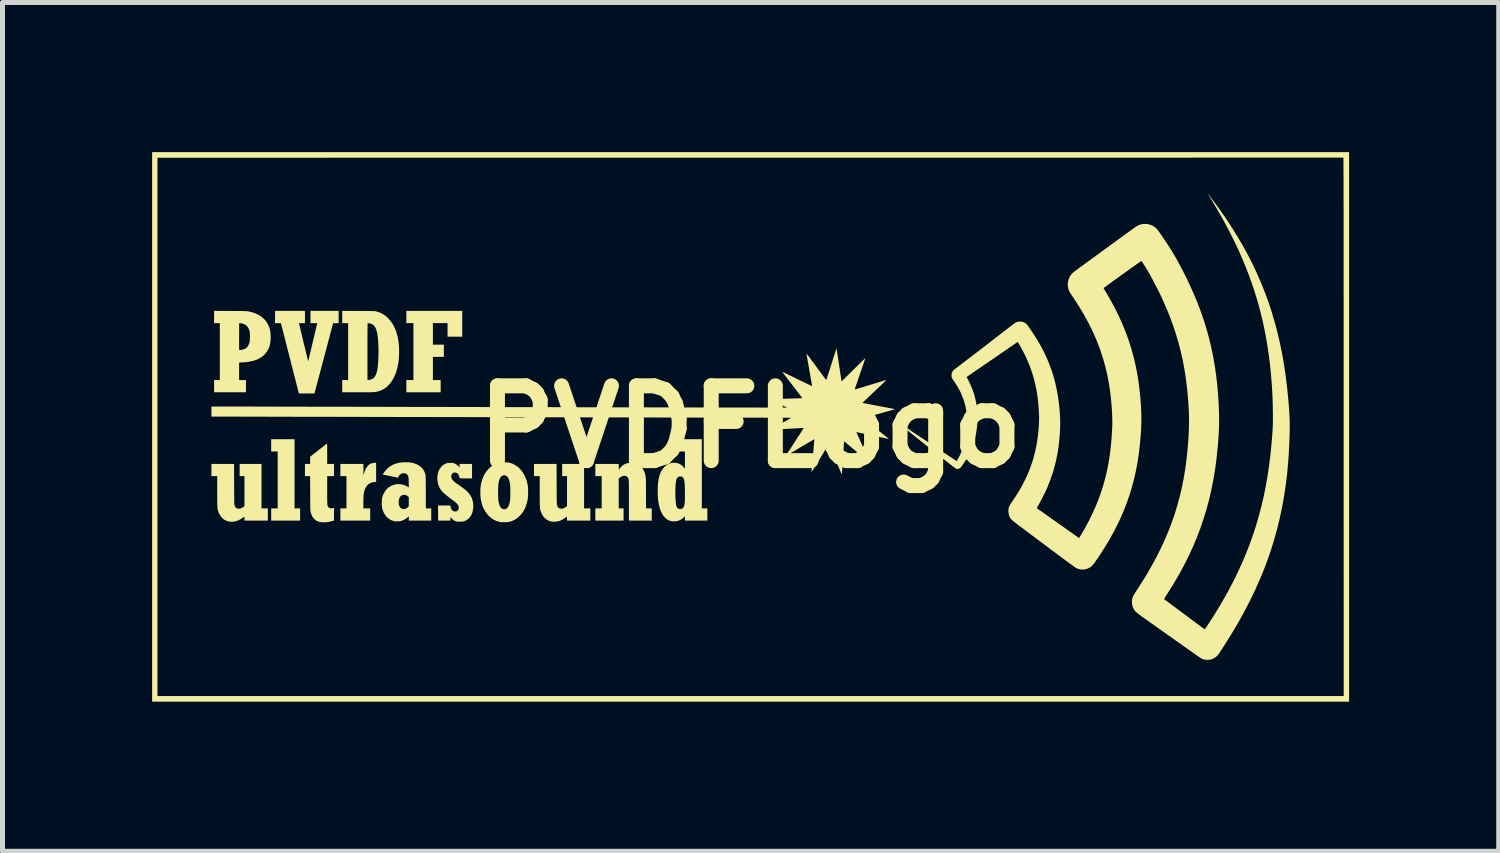
<source format=kicad_pcb>
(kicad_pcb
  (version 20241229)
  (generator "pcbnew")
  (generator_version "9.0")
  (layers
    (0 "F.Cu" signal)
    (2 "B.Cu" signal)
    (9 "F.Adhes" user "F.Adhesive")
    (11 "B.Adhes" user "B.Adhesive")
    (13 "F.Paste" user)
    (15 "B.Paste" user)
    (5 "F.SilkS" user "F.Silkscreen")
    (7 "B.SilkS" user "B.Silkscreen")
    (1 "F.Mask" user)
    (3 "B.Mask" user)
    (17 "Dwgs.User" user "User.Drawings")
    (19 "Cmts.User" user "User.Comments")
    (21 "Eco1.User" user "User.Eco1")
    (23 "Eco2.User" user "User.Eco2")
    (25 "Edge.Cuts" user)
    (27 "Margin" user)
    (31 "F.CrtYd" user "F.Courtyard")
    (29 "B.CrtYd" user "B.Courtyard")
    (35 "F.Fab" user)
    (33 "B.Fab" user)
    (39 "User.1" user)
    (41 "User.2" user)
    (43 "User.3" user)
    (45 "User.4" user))
  (footprint "PVDFLogo"
    (layer "F.Cu")
    (at 11.995 5.507)
    (property "Reference" "PVDFLogo" (at 0 0 0) (layer "F.SilkS") (effects (font (size 1.5 1.5) (thickness 0.3))))
    (attr board_only exclude_from_pos_files exclude_from_bom)
    (fp_poly (pts (xy -9.14 0.943) (xy -9.14 1.636) (xy -9.084 1.636) (xy -9.028 1.636) (xy -9.028 1.759) (xy -9.028 1.881) (xy -9.318 1.881) (xy -9.608 1.881) (xy -9.608 1.759) (xy -9.608 1.636) (xy -9.543 1.636) (xy -9.478 1.636) (xy -9.478 1.065) (xy -9.478 0.495) (xy -9.543 0.495) (xy -9.608 0.495) (xy -9.608 0.372) (xy -9.608 0.249) (xy -9.374 0.249) (xy -9.14 0.249)) (stroke (width 0) (type solid)) (fill yes) (layer "F.SilkS"))
    (fp_poly (pts (xy -5.778 -2.066) (xy -5.778 -1.807) (xy -5.925 -1.807) (xy -6.072 -1.807) (xy -6.072 -1.943) (xy -6.072 -2.079) (xy -6.219 -2.079) (xy -6.366 -2.079) (xy -6.366 -1.863) (xy -6.366 -1.647) (xy -6.256 -1.647) (xy -6.146 -1.647) (xy -6.146 -1.525) (xy -6.146 -1.402) (xy -6.256 -1.402) (xy -6.366 -1.402) (xy -6.366 -1.169) (xy -6.366 -0.937) (xy -6.288 -0.937) (xy -6.21 -0.937) (xy -6.21 -0.814) (xy -6.21 -0.692) (xy -6.554 -0.692) (xy -6.898 -0.692) (xy -6.898 -0.814) (xy -6.898 -0.937) (xy -6.827 -0.937) (xy -6.756 -0.937) (xy -6.756 -1.508) (xy -6.756 -2.079) (xy -6.827 -2.079) (xy -6.898 -2.079) (xy -6.898 -2.201) (xy -6.898 -2.324) (xy -6.338 -2.324) (xy -5.778 -2.324)) (stroke (width 0) (type solid)) (fill yes) (layer "F.SilkS"))
    (fp_poly (pts (xy -7.504 0.912) (xy -7.504 1.103) (xy -7.529 1.106) (xy -7.573 1.113) (xy -7.611 1.125) (xy -7.645 1.143) (xy -7.674 1.166) (xy -7.698 1.194) (xy -7.719 1.229) (xy -7.735 1.269) (xy -7.745 1.307) (xy -7.75 1.329) (xy -7.753 1.354) (xy -7.756 1.383) (xy -7.758 1.417) (xy -7.759 1.456) (xy -7.76 1.501) (xy -7.76 1.531) (xy -7.76 1.636) (xy -7.691 1.636) (xy -7.623 1.636) (xy -7.623 1.759) (xy -7.623 1.881) (xy -7.922 1.881) (xy -8.221 1.881) (xy -8.221 1.759) (xy -8.221 1.636) (xy -8.16 1.636) (xy -8.099 1.636) (xy -8.099 1.313) (xy -8.099 0.989) (xy -8.16 0.989) (xy -8.221 0.989) (xy -8.221 0.866) (xy -8.221 0.744) (xy -7.991 0.744) (xy -7.76 0.744) (xy -7.759 0.856) (xy -7.758 0.969) (xy -7.744 0.924) (xy -7.727 0.877) (xy -7.707 0.835) (xy -7.685 0.801) (xy -7.661 0.772) (xy -7.635 0.751) (xy -7.616 0.741) (xy -7.593 0.732) (xy -7.566 0.726) (xy -7.539 0.722) (xy -7.525 0.721) (xy -7.504 0.721)) (stroke (width 0) (type solid)) (fill yes) (layer "F.SilkS"))
    (fp_poly (pts (xy -10.351 1.144) (xy -10.351 1.215) (xy -10.35 1.278) (xy -10.35 1.334) (xy -10.349 1.384) (xy -10.349 1.427) (xy -10.349 1.463) (xy -10.348 1.494) (xy -10.348 1.519) (xy -10.347 1.538) (xy -10.346 1.552) (xy -10.346 1.561) (xy -10.345 1.564) (xy -10.336 1.591) (xy -10.325 1.612) (xy -10.309 1.627) (xy -10.29 1.637) (xy -10.266 1.641) (xy -10.255 1.642) (xy -10.239 1.641) (xy -10.226 1.639) (xy -10.215 1.635) (xy -10.205 1.63) (xy -10.189 1.621) (xy -10.172 1.611) (xy -10.163 1.605) (xy -10.144 1.591) (xy -10.144 1.29) (xy -10.144 0.989) (xy -10.192 0.989) (xy -10.24 0.989) (xy -10.24 0.866) (xy -10.24 0.744) (xy -10.021 0.744) (xy -9.802 0.744) (xy -9.802 1.19) (xy -9.802 1.636) (xy -9.738 1.636) (xy -9.675 1.636) (xy -9.675 1.759) (xy -9.675 1.881) (xy -9.909 1.881) (xy -10.143 1.881) (xy -10.144 1.84) (xy -10.145 1.799) (xy -10.157 1.808) (xy -10.18 1.825) (xy -10.207 1.843) (xy -10.236 1.86) (xy -10.265 1.874) (xy -10.29 1.885) (xy -10.292 1.886) (xy -10.328 1.896) (xy -10.366 1.902) (xy -10.405 1.904) (xy -10.441 1.902) (xy -10.462 1.898) (xy -10.504 1.885) (xy -10.543 1.866) (xy -10.578 1.84) (xy -10.609 1.809) (xy -10.635 1.772) (xy -10.657 1.73) (xy -10.669 1.696) (xy -10.673 1.685) (xy -10.676 1.674) (xy -10.679 1.663) (xy -10.681 1.653) (xy -10.683 1.641) (xy -10.685 1.628) (xy -10.686 1.613) (xy -10.687 1.595) (xy -10.688 1.574) (xy -10.689 1.55) (xy -10.689 1.522) (xy -10.69 1.489) (xy -10.69 1.45) (xy -10.69 1.406) (xy -10.69 1.356) (xy -10.69 1.299) (xy -10.69 1.293) (xy -10.69 0.989) (xy -10.748 0.989) (xy -10.806 0.989) (xy -10.806 0.866) (xy -10.806 0.744) (xy -10.579 0.744) (xy -10.352 0.744)) (stroke (width 0) (type solid)) (fill yes) (layer "F.SilkS"))
    (fp_poly (pts (xy -3.885 1.144) (xy -3.884 1.215) (xy -3.884 1.278) (xy -3.884 1.334) (xy -3.883 1.384) (xy -3.883 1.427) (xy -3.882 1.463) (xy -3.882 1.494) (xy -3.881 1.519) (xy -3.881 1.538) (xy -3.88 1.552) (xy -3.879 1.561) (xy -3.879 1.564) (xy -3.87 1.591) (xy -3.859 1.612) (xy -3.843 1.627) (xy -3.824 1.637) (xy -3.8 1.641) (xy -3.789 1.642) (xy -3.772 1.641) (xy -3.76 1.639) (xy -3.749 1.635) (xy -3.738 1.63) (xy -3.723 1.621) (xy -3.706 1.611) (xy -3.697 1.605) (xy -3.677 1.591) (xy -3.677 1.29) (xy -3.677 0.989) (xy -3.726 0.989) (xy -3.774 0.989) (xy -3.774 0.866) (xy -3.774 0.744) (xy -3.555 0.744) (xy -3.335 0.744) (xy -3.335 1.19) (xy -3.335 1.636) (xy -3.272 1.636) (xy -3.209 1.636) (xy -3.209 1.759) (xy -3.209 1.881) (xy -3.443 1.881) (xy -3.677 1.881) (xy -3.678 1.84) (xy -3.679 1.799) (xy -3.69 1.808) (xy -3.713 1.825) (xy -3.741 1.843) (xy -3.77 1.86) (xy -3.798 1.874) (xy -3.824 1.885) (xy -3.826 1.886) (xy -3.862 1.896) (xy -3.9 1.902) (xy -3.938 1.904) (xy -3.975 1.902) (xy -3.995 1.898) (xy -4.038 1.885) (xy -4.077 1.866) (xy -4.112 1.84) (xy -4.143 1.809) (xy -4.169 1.772) (xy -4.191 1.73) (xy -4.203 1.696) (xy -4.207 1.685) (xy -4.21 1.674) (xy -4.213 1.663) (xy -4.215 1.653) (xy -4.217 1.641) (xy -4.219 1.628) (xy -4.22 1.613) (xy -4.221 1.595) (xy -4.222 1.574) (xy -4.223 1.55) (xy -4.223 1.522) (xy -4.224 1.489) (xy -4.224 1.45) (xy -4.224 1.406) (xy -4.224 1.356) (xy -4.224 1.299) (xy -4.224 1.293) (xy -4.224 0.989) (xy -4.282 0.989) (xy -4.339 0.989) (xy -4.339 0.866) (xy -4.339 0.744) (xy -4.113 0.744) (xy -3.886 0.744)) (stroke (width 0) (type solid)) (fill yes) (layer "F.SilkS"))
    (fp_poly (pts (xy -2.374 0.722) (xy -2.348 0.724) (xy -2.326 0.727) (xy -2.309 0.73) (xy -2.305 0.731) (xy -2.264 0.747) (xy -2.226 0.77) (xy -2.193 0.799) (xy -2.164 0.833) (xy -2.14 0.872) (xy -2.121 0.917) (xy -2.106 0.966) (xy -2.098 1.019) (xy -2.097 1.02) (xy -2.097 1.031) (xy -2.096 1.049) (xy -2.095 1.074) (xy -2.095 1.106) (xy -2.094 1.144) (xy -2.094 1.187) (xy -2.094 1.236) (xy -2.093 1.29) (xy -2.093 1.346) (xy -2.093 1.636) (xy -2.036 1.636) (xy -1.978 1.636) (xy -1.978 1.759) (xy -1.978 1.881) (xy -2.207 1.881) (xy -2.436 1.881) (xy -2.436 1.488) (xy -2.436 1.423) (xy -2.436 1.364) (xy -2.436 1.312) (xy -2.436 1.266) (xy -2.436 1.225) (xy -2.436 1.19) (xy -2.437 1.16) (xy -2.437 1.135) (xy -2.438 1.113) (xy -2.439 1.094) (xy -2.44 1.079) (xy -2.441 1.067) (xy -2.443 1.057) (xy -2.444 1.048) (xy -2.446 1.041) (xy -2.448 1.035) (xy -2.451 1.03) (xy -2.453 1.024) (xy -2.454 1.023) (xy -2.467 1.005) (xy -2.485 0.992) (xy -2.504 0.985) (xy -2.529 0.983) (xy -2.555 0.986) (xy -2.581 0.996) (xy -2.609 1.013) (xy -2.621 1.021) (xy -2.64 1.035) (xy -2.64 1.336) (xy -2.64 1.636) (xy -2.592 1.636) (xy -2.543 1.636) (xy -2.543 1.759) (xy -2.543 1.881) (xy -2.826 1.881) (xy -3.109 1.881) (xy -3.109 1.759) (xy -3.109 1.636) (xy -3.045 1.636) (xy -2.982 1.636) (xy -2.982 1.313) (xy -2.982 0.989) (xy -3.045 0.989) (xy -3.109 0.989) (xy -3.109 0.866) (xy -3.109 0.744) (xy -2.874 0.744) (xy -2.64 0.744) (xy -2.64 0.801) (xy -2.64 0.821) (xy -2.639 0.838) (xy -2.638 0.851) (xy -2.637 0.858) (xy -2.637 0.859) (xy -2.633 0.856) (xy -2.627 0.848) (xy -2.624 0.842) (xy -2.611 0.824) (xy -2.594 0.805) (xy -2.575 0.786) (xy -2.556 0.77) (xy -2.55 0.765) (xy -2.518 0.747) (xy -2.484 0.734) (xy -2.446 0.725) (xy -2.405 0.722)) (stroke (width 0) (type solid)) (fill yes) (layer "F.SilkS"))
    (fp_poly (pts (xy -8.487 0.338) (xy -8.487 0.349) (xy -8.486 0.365) (xy -8.486 0.387) (xy -8.486 0.414) (xy -8.485 0.444) (xy -8.485 0.478) (xy -8.485 0.515) (xy -8.485 0.539) (xy -8.485 0.744) (xy -8.416 0.744) (xy -8.348 0.744) (xy -8.348 0.866) (xy -8.348 0.989) (xy -8.416 0.989) (xy -8.485 0.989) (xy -8.485 1.267) (xy -8.485 1.322) (xy -8.485 1.37) (xy -8.485 1.412) (xy -8.485 1.448) (xy -8.484 1.479) (xy -8.484 1.504) (xy -8.483 1.526) (xy -8.482 1.543) (xy -8.481 1.557) (xy -8.48 1.569) (xy -8.478 1.578) (xy -8.476 1.586) (xy -8.473 1.592) (xy -8.47 1.598) (xy -8.467 1.604) (xy -8.467 1.604) (xy -8.454 1.619) (xy -8.436 1.629) (xy -8.414 1.634) (xy -8.39 1.634) (xy -8.374 1.631) (xy -8.362 1.628) (xy -8.353 1.626) (xy -8.349 1.625) (xy -8.349 1.628) (xy -8.349 1.639) (xy -8.348 1.655) (xy -8.348 1.675) (xy -8.348 1.7) (xy -8.348 1.728) (xy -8.349 1.752) (xy -8.35 1.88) (xy -8.391 1.892) (xy -8.413 1.897) (xy -8.438 1.903) (xy -8.461 1.907) (xy -8.472 1.909) (xy -8.494 1.912) (xy -8.52 1.913) (xy -8.547 1.914) (xy -8.574 1.914) (xy -8.598 1.913) (xy -8.617 1.912) (xy -8.62 1.911) (xy -8.661 1.901) (xy -8.697 1.885) (xy -8.729 1.864) (xy -8.757 1.837) (xy -8.78 1.804) (xy -8.799 1.765) (xy -8.814 1.719) (xy -8.819 1.699) (xy -8.82 1.694) (xy -8.821 1.687) (xy -8.822 1.679) (xy -8.822 1.669) (xy -8.823 1.657) (xy -8.824 1.642) (xy -8.824 1.623) (xy -8.824 1.601) (xy -8.825 1.574) (xy -8.825 1.542) (xy -8.825 1.505) (xy -8.826 1.462) (xy -8.826 1.413) (xy -8.826 1.358) (xy -8.826 1.33) (xy -8.828 0.989) (xy -8.88 0.989) (xy -8.931 0.989) (xy -8.931 0.866) (xy -8.931 0.744) (xy -8.879 0.744) (xy -8.827 0.744) (xy -8.827 0.672) (xy -8.827 0.6) (xy -8.658 0.467) (xy -8.627 0.443) (xy -8.598 0.42) (xy -8.571 0.399) (xy -8.547 0.381) (xy -8.527 0.364) (xy -8.51 0.351) (xy -8.497 0.342) (xy -8.489 0.336) (xy -8.487 0.335)) (stroke (width 0) (type solid)) (fill yes) (layer "F.SilkS"))
    (fp_poly (pts (xy -8.931 -2.201) (xy -8.931 -2.079) (xy -8.991 -2.079) (xy -9.011 -2.078) (xy -9.028 -2.078) (xy -9.041 -2.077) (xy -9.049 -2.077) (xy -9.05 -2.076) (xy -9.05 -2.072) (xy -9.047 -2.062) (xy -9.043 -2.045) (xy -9.038 -2.023) (xy -9.032 -1.996) (xy -9.024 -1.965) (xy -9.016 -1.929) (xy -9.006 -1.891) (xy -8.997 -1.85) (xy -8.986 -1.807) (xy -8.976 -1.763) (xy -8.965 -1.718) (xy -8.954 -1.672) (xy -8.943 -1.627) (xy -8.932 -1.583) (xy -8.922 -1.54) (xy -8.912 -1.499) (xy -8.903 -1.461) (xy -8.894 -1.426) (xy -8.886 -1.394) (xy -8.88 -1.367) (xy -8.874 -1.345) (xy -8.87 -1.328) (xy -8.868 -1.317) (xy -8.867 -1.313) (xy -8.866 -1.313) (xy -8.865 -1.316) (xy -8.863 -1.324) (xy -8.86 -1.337) (xy -8.859 -1.339) (xy -8.858 -1.347) (xy -8.854 -1.361) (xy -8.849 -1.381) (xy -8.843 -1.407) (xy -8.836 -1.438) (xy -8.827 -1.474) (xy -8.818 -1.513) (xy -8.808 -1.556) (xy -8.797 -1.602) (xy -8.786 -1.65) (xy -8.774 -1.7) (xy -8.769 -1.722) (xy -8.684 -2.077) (xy -8.752 -2.078) (xy -8.82 -2.079) (xy -8.82 -2.201) (xy -8.82 -2.324) (xy -8.537 -2.324) (xy -8.255 -2.324) (xy -8.255 -2.201) (xy -8.255 -2.079) (xy -8.31 -2.079) (xy -8.366 -2.079) (xy -8.369 -2.066) (xy -8.371 -2.062) (xy -8.374 -2.05) (xy -8.378 -2.032) (xy -8.385 -2.008) (xy -8.393 -1.978) (xy -8.402 -1.942) (xy -8.413 -1.902) (xy -8.425 -1.857) (xy -8.438 -1.807) (xy -8.452 -1.754) (xy -8.467 -1.697) (xy -8.483 -1.636) (xy -8.5 -1.573) (xy -8.518 -1.507) (xy -8.536 -1.439) (xy -8.554 -1.369) (xy -8.556 -1.362) (xy -8.74 -0.669) (xy -8.896 -0.669) (xy -9.053 -0.669) (xy -9.077 -0.763) (xy -9.081 -0.777) (xy -9.086 -0.798) (xy -9.093 -0.825) (xy -9.101 -0.858) (xy -9.111 -0.896) (xy -9.122 -0.939) (xy -9.134 -0.987) (xy -9.148 -1.039) (xy -9.162 -1.094) (xy -9.177 -1.153) (xy -9.192 -1.214) (xy -9.209 -1.277) (xy -9.225 -1.343) (xy -9.242 -1.409) (xy -9.257 -1.468) (xy -9.413 -2.078) (xy -9.472 -2.079) (xy -9.53 -2.079) (xy -9.53 -2.201) (xy -9.53 -2.324) (xy -9.231 -2.324) (xy -8.931 -2.324)) (stroke (width 0) (type solid)) (fill yes) (layer "F.SilkS"))
    (fp_poly (pts (xy -10.435 -2.323) (xy -10.376 -2.323) (xy -10.325 -2.322) (xy -10.28 -2.322) (xy -10.241 -2.322) (xy -10.207 -2.321) (xy -10.177 -2.321) (xy -10.152 -2.32) (xy -10.13 -2.319) (xy -10.112 -2.318) (xy -10.095 -2.317) (xy -10.081 -2.316) (xy -10.068 -2.314) (xy -10.055 -2.311) (xy -10.043 -2.309) (xy -10.031 -2.306) (xy -10.017 -2.303) (xy -10.006 -2.3) (xy -9.944 -2.281) (xy -9.887 -2.257) (xy -9.834 -2.228) (xy -9.787 -2.193) (xy -9.745 -2.155) (xy -9.708 -2.111) (xy -9.678 -2.064) (xy -9.668 -2.043) (xy -9.65 -2.004) (xy -9.637 -1.964) (xy -9.628 -1.923) (xy -9.622 -1.879) (xy -9.618 -1.829) (xy -9.618 -1.798) (xy -9.62 -1.739) (xy -9.626 -1.685) (xy -9.636 -1.636) (xy -9.65 -1.59) (xy -9.67 -1.548) (xy -9.694 -1.507) (xy -9.695 -1.505) (xy -9.728 -1.463) (xy -9.766 -1.425) (xy -9.81 -1.392) (xy -9.86 -1.364) (xy -9.915 -1.34) (xy -9.976 -1.321) (xy -10.043 -1.306) (xy -10.114 -1.296) (xy -10.187 -1.291) (xy -10.251 -1.289) (xy -10.251 -1.113) (xy -10.251 -0.937) (xy -10.183 -0.937) (xy -10.114 -0.937) (xy -10.114 -0.814) (xy -10.114 -0.692) (xy -10.434 -0.692) (xy -10.753 -0.692) (xy -10.753 -0.814) (xy -10.753 -0.937) (xy -10.696 -0.937) (xy -10.638 -0.937) (xy -10.638 -1.508) (xy -10.638 -1.688) (xy -10.251 -1.688) (xy -10.251 -1.653) (xy -10.251 -1.621) (xy -10.251 -1.594) (xy -10.25 -1.572) (xy -10.25 -1.556) (xy -10.25 -1.546) (xy -10.25 -1.544) (xy -10.245 -1.541) (xy -10.234 -1.54) (xy -10.219 -1.541) (xy -10.199 -1.544) (xy -10.178 -1.548) (xy -10.174 -1.549) (xy -10.141 -1.56) (xy -10.112 -1.576) (xy -10.089 -1.597) (xy -10.07 -1.625) (xy -10.064 -1.636) (xy -10.055 -1.656) (xy -10.048 -1.674) (xy -10.043 -1.692) (xy -10.039 -1.711) (xy -10.036 -1.732) (xy -10.035 -1.756) (xy -10.034 -1.786) (xy -10.034 -1.807) (xy -10.034 -1.835) (xy -10.035 -1.857) (xy -10.035 -1.874) (xy -10.036 -1.887) (xy -10.037 -1.898) (xy -10.039 -1.908) (xy -10.042 -1.919) (xy -10.042 -1.921) (xy -10.057 -1.961) (xy -10.075 -1.995) (xy -10.098 -2.023) (xy -10.126 -2.046) (xy -10.158 -2.062) (xy -10.193 -2.072) (xy -10.227 -2.076) (xy -10.25 -2.077) (xy -10.251 -1.813) (xy -10.251 -1.769) (xy -10.251 -1.727) (xy -10.251 -1.688) (xy -10.638 -1.688) (xy -10.638 -2.079) (xy -10.696 -2.079) (xy -10.753 -2.079) (xy -10.753 -2.201) (xy -10.753 -2.324)) (stroke (width 0) (type solid)) (fill yes) (layer "F.SilkS"))
    (fp_poly (pts (xy 12.003 0.002) (xy 12.003 5.511) (xy 0.004 5.511) (xy -11.995 5.511) (xy -11.995 5.399) (xy -11.888 5.399) (xy 0.004 5.399) (xy 11.895 5.399) (xy 11.894 0.001) (xy 11.894 -0.241) (xy 11.894 -0.476) (xy 11.894 -0.703) (xy 11.894 -0.924) (xy 11.894 -1.137) (xy 11.894 -1.343) (xy 11.894 -1.543) (xy 11.894 -1.736) (xy 11.894 -1.923) (xy 11.894 -2.103) (xy 11.894 -2.277) (xy 11.894 -2.444) (xy 11.894 -2.606) (xy 11.893 -2.761) (xy 11.893 -2.911) (xy 11.893 -3.055) (xy 11.893 -3.193) (xy 11.893 -3.326) (xy 11.893 -3.453) (xy 11.893 -3.575) (xy 11.893 -3.692) (xy 11.893 -3.804) (xy 11.893 -3.911) (xy 11.893 -4.013) (xy 11.893 -4.11) (xy 11.893 -4.202) (xy 11.893 -4.291) (xy 11.893 -4.374) (xy 11.893 -4.453) (xy 11.892 -4.529) (xy 11.892 -4.6) (xy 11.892 -4.667) (xy 11.892 -4.73) (xy 11.892 -4.79) (xy 11.892 -4.846) (xy 11.892 -4.898) (xy 11.892 -4.947) (xy 11.892 -4.993) (xy 11.891 -5.035) (xy 11.891 -5.075) (xy 11.891 -5.111) (xy 11.891 -5.145) (xy 11.891 -5.176) (xy 11.891 -5.204) (xy 11.891 -5.23) (xy 11.89 -5.254) (xy 11.89 -5.275) (xy 11.89 -5.294) (xy 11.89 -5.311) (xy 11.89 -5.326) (xy 11.89 -5.339) (xy 11.889 -5.351) (xy 11.889 -5.361) (xy 11.889 -5.369) (xy 11.889 -5.376) (xy 11.888 -5.382) (xy 11.888 -5.387) (xy 11.888 -5.39) (xy 11.888 -5.393) (xy 11.887 -5.395) (xy 11.887 -5.396) (xy 11.887 -5.397) (xy 11.887 -5.397) (xy 11.883 -5.397) (xy 11.872 -5.397) (xy 11.853 -5.397) (xy 11.827 -5.397) (xy 11.795 -5.397) (xy 11.755 -5.397) (xy 11.708 -5.397) (xy 11.655 -5.397) (xy 11.595 -5.397) (xy 11.528 -5.397) (xy 11.454 -5.397) (xy 11.375 -5.397) (xy 11.288 -5.397) (xy 11.196 -5.397) (xy 11.097 -5.397) (xy 10.992 -5.397) (xy 10.881 -5.397) (xy 10.765 -5.397) (xy 10.642 -5.397) (xy 10.514 -5.397) (xy 10.379 -5.397) (xy 10.24 -5.397) (xy 10.095 -5.397) (xy 9.944 -5.397) (xy 9.788 -5.397) (xy 9.627 -5.397) (xy 9.461 -5.397) (xy 9.289 -5.397) (xy 9.113 -5.397) (xy 8.932 -5.397) (xy 8.746 -5.396) (xy 8.555 -5.396) (xy 8.36 -5.396) (xy 8.16 -5.396) (xy 7.956 -5.396) (xy 7.747 -5.396) (xy 7.534 -5.396) (xy 7.317 -5.396) (xy 7.096 -5.396) (xy 6.871 -5.396) (xy 6.642 -5.396) (xy 6.409 -5.396) (xy 6.172 -5.396) (xy 5.932 -5.396) (xy 5.688 -5.396) (xy 5.441 -5.396) (xy 5.19 -5.396) (xy 4.936 -5.396) (xy 4.679 -5.396) (xy 4.418 -5.396) (xy 4.155 -5.396) (xy 3.889 -5.396) (xy 3.62 -5.396) (xy 3.348 -5.396) (xy 3.073 -5.396) (xy 2.796 -5.396) (xy 2.516 -5.396) (xy 2.234 -5.396) (xy 1.95 -5.396) (xy 1.663 -5.396) (xy 1.374 -5.396) (xy 1.083 -5.396) (xy 0.791 -5.396) (xy 0.496 -5.396) (xy 0.199 -5.396) (xy -0.004 -5.396) (xy -11.888 -5.395) (xy -11.888 0.002) (xy -11.888 5.399) (xy -11.995 5.399) (xy -11.995 0.002) (xy -11.995 -5.507) (xy 0.004 -5.507) (xy 12.003 -5.507)) (stroke (width 0) (type solid)) (fill yes) (layer "F.SilkS"))
    (fp_poly (pts (xy -0.974 0.943) (xy -0.974 1.636) (xy -0.918 1.636) (xy -0.863 1.636) (xy -0.863 1.759) (xy -0.863 1.881) (xy -1.088 1.881) (xy -1.313 1.881) (xy -1.313 1.839) (xy -1.313 1.822) (xy -1.313 1.808) (xy -1.314 1.799) (xy -1.315 1.796) (xy -1.319 1.799) (xy -1.323 1.803) (xy -1.329 1.81) (xy -1.34 1.82) (xy -1.355 1.832) (xy -1.371 1.844) (xy -1.388 1.856) (xy -1.403 1.865) (xy -1.41 1.869) (xy -1.447 1.884) (xy -1.488 1.893) (xy -1.53 1.897) (xy -1.572 1.894) (xy -1.591 1.891) (xy -1.606 1.886) (xy -1.624 1.88) (xy -1.642 1.872) (xy -1.647 1.87) (xy -1.674 1.854) (xy -1.701 1.832) (xy -1.726 1.806) (xy -1.749 1.778) (xy -1.764 1.755) (xy -1.79 1.705) (xy -1.811 1.65) (xy -1.829 1.588) (xy -1.842 1.521) (xy -1.852 1.448) (xy -1.857 1.368) (xy -1.858 1.286) (xy -1.505 1.286) (xy -1.505 1.335) (xy -1.504 1.37) (xy -1.503 1.422) (xy -1.5 1.468) (xy -1.497 1.506) (xy -1.494 1.539) (xy -1.489 1.566) (xy -1.484 1.589) (xy -1.477 1.606) (xy -1.47 1.62) (xy -1.461 1.63) (xy -1.457 1.633) (xy -1.436 1.644) (xy -1.413 1.649) (xy -1.389 1.647) (xy -1.369 1.64) (xy -1.354 1.629) (xy -1.341 1.613) (xy -1.331 1.591) (xy -1.323 1.564) (xy -1.318 1.53) (xy -1.316 1.508) (xy -1.315 1.489) (xy -1.314 1.465) (xy -1.313 1.436) (xy -1.313 1.403) (xy -1.313 1.367) (xy -1.313 1.33) (xy -1.313 1.293) (xy -1.314 1.256) (xy -1.315 1.22) (xy -1.316 1.187) (xy -1.317 1.157) (xy -1.319 1.131) (xy -1.32 1.111) (xy -1.322 1.099) (xy -1.328 1.07) (xy -1.336 1.045) (xy -1.346 1.025) (xy -1.356 1.011) (xy -1.36 1.008) (xy -1.378 0.999) (xy -1.398 0.995) (xy -1.419 0.995) (xy -1.427 0.996) (xy -1.446 1.005) (xy -1.462 1.019) (xy -1.476 1.037) (xy -1.479 1.044) (xy -1.485 1.063) (xy -1.491 1.088) (xy -1.495 1.119) (xy -1.499 1.155) (xy -1.502 1.195) (xy -1.504 1.239) (xy -1.505 1.286) (xy -1.858 1.286) (xy -1.858 1.283) (xy -1.858 1.246) (xy -1.856 1.186) (xy -1.852 1.133) (xy -1.846 1.086) (xy -1.839 1.042) (xy -1.83 1.001) (xy -1.82 0.968) (xy -1.801 0.919) (xy -1.777 0.874) (xy -1.75 0.834) (xy -1.719 0.8) (xy -1.685 0.771) (xy -1.648 0.748) (xy -1.609 0.732) (xy -1.589 0.727) (xy -1.571 0.723) (xy -1.551 0.722) (xy -1.529 0.722) (xy -1.517 0.722) (xy -1.482 0.725) (xy -1.451 0.732) (xy -1.423 0.743) (xy -1.396 0.759) (xy -1.379 0.771) (xy -1.361 0.787) (xy -1.345 0.804) (xy -1.331 0.82) (xy -1.325 0.829) (xy -1.32 0.837) (xy -1.316 0.84) (xy -1.315 0.84) (xy -1.315 0.837) (xy -1.314 0.826) (xy -1.314 0.81) (xy -1.313 0.789) (xy -1.313 0.763) (xy -1.313 0.733) (xy -1.313 0.7) (xy -1.313 0.667) (xy -1.313 0.495) (xy -1.368 0.495) (xy -1.424 0.495) (xy -1.424 0.372) (xy -1.424 0.249) (xy -1.199 0.249) (xy -0.974 0.249)) (stroke (width 0) (type solid)) (fill yes) (layer "F.SilkS"))
    (fp_poly (pts (xy -6.014 0.723) (xy -5.992 0.724) (xy -5.976 0.724) (xy -5.963 0.726) (xy -5.952 0.728) (xy -5.942 0.731) (xy -5.94 0.732) (xy -5.913 0.744) (xy -5.887 0.761) (xy -5.861 0.783) (xy -5.855 0.788) (xy -5.83 0.812) (xy -5.83 0.778) (xy -5.83 0.744) (xy -5.706 0.744) (xy -5.581 0.744) (xy -5.581 0.889) (xy -5.581 1.034) (xy -5.706 1.034) (xy -5.739 1.034) (xy -5.766 1.034) (xy -5.788 1.033) (xy -5.803 1.033) (xy -5.815 1.033) (xy -5.822 1.032) (xy -5.827 1.031) (xy -5.829 1.03) (xy -5.83 1.028) (xy -5.83 1.026) (xy -5.831 1.02) (xy -5.834 1.008) (xy -5.838 0.994) (xy -5.84 0.99) (xy -5.851 0.963) (xy -5.865 0.942) (xy -5.882 0.928) (xy -5.9 0.92) (xy -5.924 0.916) (xy -5.947 0.919) (xy -5.966 0.928) (xy -5.981 0.942) (xy -5.992 0.961) (xy -5.997 0.985) (xy -5.998 0.994) (xy -5.997 1.011) (xy -5.993 1.026) (xy -5.987 1.042) (xy -5.978 1.057) (xy -5.965 1.073) (xy -5.948 1.09) (xy -5.927 1.109) (xy -5.9 1.13) (xy -5.868 1.153) (xy -5.829 1.18) (xy -5.829 1.18) (xy -5.782 1.213) (xy -5.741 1.243) (xy -5.707 1.27) (xy -5.68 1.294) (xy -5.665 1.309) (xy -5.649 1.329) (xy -5.631 1.352) (xy -5.614 1.377) (xy -5.599 1.402) (xy -5.587 1.426) (xy -5.582 1.439) (xy -5.568 1.484) (xy -5.559 1.532) (xy -5.556 1.582) (xy -5.558 1.632) (xy -5.565 1.68) (xy -5.577 1.726) (xy -5.583 1.741) (xy -5.602 1.78) (xy -5.627 1.815) (xy -5.655 1.845) (xy -5.688 1.869) (xy -5.724 1.887) (xy -5.736 1.892) (xy -5.749 1.896) (xy -5.762 1.899) (xy -5.775 1.9) (xy -5.792 1.902) (xy -5.814 1.902) (xy -5.819 1.902) (xy -5.847 1.903) (xy -5.87 1.902) (xy -5.888 1.9) (xy -5.894 1.899) (xy -5.917 1.891) (xy -5.94 1.879) (xy -5.963 1.862) (xy -5.985 1.841) (xy -6.016 1.809) (xy -6.016 1.845) (xy -6.016 1.881) (xy -6.139 1.881) (xy -6.262 1.881) (xy -6.262 1.729) (xy -6.262 1.577) (xy -6.139 1.577) (xy -6.11 1.577) (xy -6.083 1.577) (xy -6.059 1.577) (xy -6.04 1.578) (xy -6.026 1.578) (xy -6.018 1.579) (xy -6.016 1.579) (xy -6.015 1.584) (xy -6.014 1.594) (xy -6.011 1.607) (xy -6.002 1.637) (xy -5.99 1.661) (xy -5.974 1.679) (xy -5.954 1.691) (xy -5.93 1.697) (xy -5.907 1.698) (xy -5.886 1.692) (xy -5.869 1.68) (xy -5.857 1.663) (xy -5.849 1.641) (xy -5.847 1.621) (xy -5.849 1.601) (xy -5.856 1.581) (xy -5.867 1.562) (xy -5.883 1.541) (xy -5.905 1.52) (xy -5.933 1.497) (xy -5.96 1.476) (xy -6.005 1.443) (xy -6.045 1.413) (xy -6.079 1.387) (xy -6.109 1.362) (xy -6.135 1.34) (xy -6.157 1.32) (xy -6.176 1.3) (xy -6.192 1.281) (xy -6.203 1.268) (xy -6.229 1.227) (xy -6.25 1.183) (xy -6.265 1.135) (xy -6.274 1.085) (xy -6.278 1.034) (xy -6.275 0.983) (xy -6.266 0.933) (xy -6.251 0.886) (xy -6.251 0.885) (xy -6.235 0.853) (xy -6.214 0.822) (xy -6.19 0.793) (xy -6.164 0.769) (xy -6.138 0.752) (xy -6.116 0.74) (xy -6.095 0.732) (xy -6.073 0.727) (xy -6.047 0.724) (xy -6.017 0.723)) (stroke (width 0) (type solid)) (fill yes) (layer "F.SilkS"))
    (fp_poly (pts (xy -4.908 0.713) (xy -4.887 0.713) (xy -4.872 0.713) (xy -4.859 0.715) (xy -4.847 0.716) (xy -4.836 0.719) (xy -4.823 0.722) (xy -4.821 0.722) (xy -4.77 0.74) (xy -4.721 0.765) (xy -4.675 0.795) (xy -4.632 0.832) (xy -4.593 0.874) (xy -4.559 0.921) (xy -4.529 0.973) (xy -4.504 1.03) (xy -4.483 1.09) (xy -4.479 1.108) (xy -4.471 1.141) (xy -4.465 1.172) (xy -4.461 1.203) (xy -4.458 1.237) (xy -4.457 1.274) (xy -4.457 1.313) (xy -4.457 1.354) (xy -4.459 1.391) (xy -4.461 1.424) (xy -4.466 1.455) (xy -4.472 1.485) (xy -4.479 1.518) (xy -4.481 1.524) (xy -4.501 1.588) (xy -4.526 1.647) (xy -4.557 1.702) (xy -4.594 1.752) (xy -4.62 1.781) (xy -4.662 1.82) (xy -4.707 1.852) (xy -4.755 1.879) (xy -4.805 1.898) (xy -4.821 1.902) (xy -4.837 1.906) (xy -4.852 1.909) (xy -4.867 1.911) (xy -4.885 1.912) (xy -4.908 1.913) (xy -4.921 1.913) (xy -4.944 1.913) (xy -4.966 1.913) (xy -4.986 1.913) (xy -5.001 1.912) (xy -5.007 1.911) (xy -5.06 1.899) (xy -5.111 1.88) (xy -5.16 1.855) (xy -5.205 1.823) (xy -5.246 1.786) (xy -5.27 1.76) (xy -5.308 1.708) (xy -5.341 1.654) (xy -5.367 1.597) (xy -5.387 1.536) (xy -5.402 1.47) (xy -5.408 1.43) (xy -5.411 1.403) (xy -5.413 1.372) (xy -5.414 1.338) (xy -5.414 1.313) (xy -5.059 1.313) (xy -5.058 1.356) (xy -5.058 1.394) (xy -5.056 1.426) (xy -5.055 1.454) (xy -5.052 1.479) (xy -5.049 1.501) (xy -5.044 1.523) (xy -5.039 1.544) (xy -5.038 1.546) (xy -5.026 1.581) (xy -5.012 1.608) (xy -4.994 1.63) (xy -4.974 1.644) (xy -4.952 1.652) (xy -4.928 1.653) (xy -4.914 1.651) (xy -4.893 1.641) (xy -4.874 1.625) (xy -4.857 1.602) (xy -4.843 1.572) (xy -4.836 1.552) (xy -4.831 1.533) (xy -4.826 1.513) (xy -4.822 1.494) (xy -4.819 1.473) (xy -4.817 1.451) (xy -4.815 1.424) (xy -4.814 1.394) (xy -4.814 1.358) (xy -4.813 1.315) (xy -4.813 1.313) (xy -4.813 1.276) (xy -4.814 1.246) (xy -4.814 1.221) (xy -4.815 1.201) (xy -4.816 1.184) (xy -4.817 1.17) (xy -4.818 1.157) (xy -4.82 1.144) (xy -4.82 1.143) (xy -4.829 1.098) (xy -4.841 1.06) (xy -4.854 1.029) (xy -4.869 1.005) (xy -4.887 0.988) (xy -4.907 0.977) (xy -4.914 0.974) (xy -4.939 0.972) (xy -4.962 0.976) (xy -4.984 0.987) (xy -5.003 1.005) (xy -5.019 1.028) (xy -5.021 1.032) (xy -5.03 1.054) (xy -5.038 1.077) (xy -5.045 1.102) (xy -5.05 1.131) (xy -5.054 1.164) (xy -5.056 1.202) (xy -5.058 1.246) (xy -5.059 1.296) (xy -5.059 1.313) (xy -5.414 1.313) (xy -5.414 1.303) (xy -5.414 1.269) (xy -5.413 1.238) (xy -5.411 1.212) (xy -5.41 1.207) (xy -5.398 1.135) (xy -5.381 1.068) (xy -5.358 1.006) (xy -5.329 0.949) (xy -5.295 0.897) (xy -5.255 0.849) (xy -5.245 0.838) (xy -5.206 0.803) (xy -5.167 0.774) (xy -5.125 0.75) (xy -5.078 0.732) (xy -5.046 0.722) (xy -5.033 0.719) (xy -5.022 0.716) (xy -5.011 0.715) (xy -4.998 0.714) (xy -4.982 0.713) (xy -4.962 0.713) (xy -4.936 0.712) (xy -4.934 0.712)) (stroke (width 0) (type solid)) (fill yes) (layer "F.SilkS"))
    (fp_poly (pts (xy -7.86 -2.323) (xy -7.803 -2.323) (xy -7.753 -2.323) (xy -7.71 -2.322) (xy -7.673 -2.322) (xy -7.641 -2.322) (xy -7.614 -2.321) (xy -7.591 -2.321) (xy -7.572 -2.321) (xy -7.557 -2.32) (xy -7.544 -2.32) (xy -7.534 -2.319) (xy -7.526 -2.318) (xy -7.519 -2.317) (xy -7.513 -2.316) (xy -7.508 -2.315) (xy -7.504 -2.314) (xy -7.456 -2.3) (xy -7.411 -2.283) (xy -7.372 -2.263) (xy -7.357 -2.254) (xy -7.307 -2.218) (xy -7.261 -2.175) (xy -7.218 -2.126) (xy -7.18 -2.072) (xy -7.146 -2.013) (xy -7.117 -1.949) (xy -7.093 -1.88) (xy -7.08 -1.834) (xy -7.069 -1.787) (xy -7.06 -1.74) (xy -7.054 -1.693) (xy -7.049 -1.643) (xy -7.045 -1.588) (xy -7.044 -1.547) (xy -7.044 -1.459) (xy -7.048 -1.374) (xy -7.057 -1.293) (xy -7.071 -1.215) (xy -7.089 -1.142) (xy -7.111 -1.073) (xy -7.138 -1.009) (xy -7.169 -0.95) (xy -7.203 -0.896) (xy -7.242 -0.848) (xy -7.284 -0.807) (xy -7.312 -0.783) (xy -7.338 -0.766) (xy -7.368 -0.749) (xy -7.4 -0.733) (xy -7.432 -0.72) (xy -7.456 -0.712) (xy -7.468 -0.709) (xy -7.48 -0.706) (xy -7.492 -0.703) (xy -7.504 -0.701) (xy -7.516 -0.699) (xy -7.53 -0.697) (xy -7.547 -0.696) (xy -7.565 -0.695) (xy -7.587 -0.694) (xy -7.612 -0.693) (xy -7.641 -0.692) (xy -7.675 -0.692) (xy -7.715 -0.692) (xy -7.76 -0.692) (xy -7.811 -0.692) (xy -7.869 -0.692) (xy -7.875 -0.692) (xy -8.184 -0.692) (xy -8.184 -0.814) (xy -8.184 -0.937) (xy -8.125 -0.937) (xy -8.065 -0.937) (xy -8.065 -1.401) (xy -7.678 -1.401) (xy -7.678 -1.346) (xy -7.678 -1.293) (xy -7.678 -1.241) (xy -7.678 -1.192) (xy -7.678 -1.146) (xy -7.678 -1.103) (xy -7.678 -1.064) (xy -7.678 -1.029) (xy -7.677 -1) (xy -7.677 -0.975) (xy -7.677 -0.957) (xy -7.676 -0.945) (xy -7.676 -0.94) (xy -7.676 -0.939) (xy -7.67 -0.938) (xy -7.66 -0.938) (xy -7.645 -0.94) (xy -7.629 -0.943) (xy -7.614 -0.946) (xy -7.606 -0.949) (xy -7.581 -0.959) (xy -7.559 -0.974) (xy -7.539 -0.992) (xy -7.523 -1.016) (xy -7.509 -1.045) (xy -7.496 -1.079) (xy -7.485 -1.121) (xy -7.48 -1.147) (xy -7.474 -1.178) (xy -7.47 -1.216) (xy -7.466 -1.259) (xy -7.462 -1.307) (xy -7.46 -1.358) (xy -7.458 -1.411) (xy -7.457 -1.465) (xy -7.456 -1.519) (xy -7.457 -1.573) (xy -7.458 -1.624) (xy -7.461 -1.68) (xy -7.464 -1.729) (xy -7.467 -1.772) (xy -7.472 -1.811) (xy -7.477 -1.845) (xy -7.483 -1.877) (xy -7.49 -1.907) (xy -7.495 -1.925) (xy -7.507 -1.963) (xy -7.522 -1.994) (xy -7.538 -2.019) (xy -7.557 -2.039) (xy -7.579 -2.054) (xy -7.588 -2.059) (xy -7.602 -2.064) (xy -7.618 -2.069) (xy -7.635 -2.073) (xy -7.651 -2.076) (xy -7.665 -2.078) (xy -7.673 -2.077) (xy -7.675 -2.077) (xy -7.675 -2.073) (xy -7.675 -2.062) (xy -7.676 -2.045) (xy -7.676 -2.021) (xy -7.676 -1.993) (xy -7.677 -1.959) (xy -7.677 -1.921) (xy -7.677 -1.879) (xy -7.678 -1.833) (xy -7.678 -1.784) (xy -7.678 -1.733) (xy -7.678 -1.68) (xy -7.678 -1.625) (xy -7.678 -1.57) (xy -7.678 -1.513) (xy -7.678 -1.457) (xy -7.678 -1.401) (xy -8.065 -1.401) (xy -8.065 -1.508) (xy -8.065 -2.079) (xy -8.125 -2.079) (xy -8.184 -2.079) (xy -8.184 -2.201) (xy -8.184 -2.324)) (stroke (width 0) (type solid)) (fill yes) (layer "F.SilkS"))
    (fp_poly (pts (xy -6.87 0.711) (xy -6.845 0.712) (xy -6.832 0.714) (xy -6.779 0.723) (xy -6.729 0.736) (xy -6.683 0.755) (xy -6.642 0.778) (xy -6.606 0.805) (xy -6.576 0.835) (xy -6.573 0.838) (xy -6.555 0.865) (xy -6.538 0.896) (xy -6.525 0.929) (xy -6.518 0.952) (xy -6.516 0.957) (xy -6.515 0.963) (xy -6.514 0.969) (xy -6.513 0.975) (xy -6.512 0.983) (xy -6.511 0.993) (xy -6.511 1.005) (xy -6.51 1.02) (xy -6.51 1.039) (xy -6.509 1.061) (xy -6.509 1.087) (xy -6.509 1.119) (xy -6.509 1.156) (xy -6.508 1.198) (xy -6.508 1.247) (xy -6.508 1.303) (xy -6.508 1.31) (xy -6.507 1.636) (xy -6.453 1.636) (xy -6.399 1.636) (xy -6.399 1.759) (xy -6.399 1.881) (xy -6.624 1.881) (xy -6.849 1.881) (xy -6.849 1.839) (xy -6.849 1.796) (xy -6.876 1.819) (xy -6.911 1.845) (xy -6.946 1.865) (xy -6.985 1.881) (xy -6.987 1.882) (xy -7.003 1.887) (xy -7.016 1.89) (xy -7.029 1.893) (xy -7.044 1.894) (xy -7.064 1.895) (xy -7.072 1.895) (xy -7.103 1.895) (xy -7.128 1.894) (xy -7.145 1.891) (xy -7.189 1.877) (xy -7.23 1.856) (xy -7.268 1.829) (xy -7.301 1.796) (xy -7.33 1.758) (xy -7.349 1.725) (xy -7.365 1.692) (xy -7.376 1.659) (xy -7.384 1.626) (xy -7.389 1.59) (xy -7.391 1.549) (xy -7.391 1.511) (xy -7.39 1.496) (xy -7.052 1.496) (xy -7.052 1.527) (xy -7.048 1.558) (xy -7.04 1.585) (xy -7.027 1.609) (xy -7.019 1.619) (xy -6.999 1.636) (xy -6.977 1.646) (xy -6.952 1.65) (xy -6.926 1.646) (xy -6.903 1.638) (xy -6.887 1.628) (xy -6.871 1.614) (xy -6.866 1.609) (xy -6.849 1.59) (xy -6.849 1.501) (xy -6.849 1.412) (xy -6.865 1.397) (xy -6.888 1.379) (xy -6.913 1.368) (xy -6.938 1.363) (xy -6.963 1.365) (xy -6.987 1.373) (xy -7.008 1.387) (xy -7.013 1.391) (xy -7.028 1.412) (xy -7.04 1.437) (xy -7.048 1.466) (xy -7.052 1.496) (xy -7.39 1.496) (xy -7.389 1.471) (xy -7.385 1.436) (xy -7.378 1.405) (xy -7.369 1.375) (xy -7.356 1.345) (xy -7.353 1.341) (xy -7.328 1.296) (xy -7.297 1.256) (xy -7.263 1.223) (xy -7.224 1.195) (xy -7.182 1.174) (xy -7.137 1.159) (xy -7.088 1.151) (xy -7.054 1.149) (xy -7.004 1.153) (xy -6.956 1.163) (xy -6.909 1.181) (xy -6.873 1.201) (xy -6.848 1.216) (xy -6.85 1.118) (xy -6.851 1.088) (xy -6.851 1.064) (xy -6.852 1.045) (xy -6.853 1.031) (xy -6.854 1.02) (xy -6.856 1.01) (xy -6.858 1.002) (xy -6.859 0.997) (xy -6.87 0.972) (xy -6.884 0.954) (xy -6.901 0.941) (xy -6.923 0.934) (xy -6.95 0.932) (xy -6.951 0.932) (xy -6.971 0.932) (xy -6.985 0.935) (xy -6.998 0.94) (xy -6.999 0.94) (xy -7.019 0.953) (xy -7.038 0.971) (xy -7.052 0.993) (xy -7.054 0.998) (xy -7.059 1.009) (xy -7.064 1.017) (xy -7.067 1.019) (xy -7.071 1.018) (xy -7.082 1.016) (xy -7.098 1.013) (xy -7.118 1.009) (xy -7.142 1.004) (xy -7.168 0.999) (xy -7.196 0.993) (xy -7.225 0.987) (xy -7.254 0.981) (xy -7.281 0.976) (xy -7.306 0.971) (xy -7.329 0.966) (xy -7.347 0.962) (xy -7.36 0.959) (xy -7.368 0.958) (xy -7.369 0.957) (xy -7.369 0.953) (xy -7.364 0.945) (xy -7.357 0.932) (xy -7.348 0.918) (xy -7.337 0.902) (xy -7.333 0.898) (xy -7.296 0.854) (xy -7.255 0.816) (xy -7.21 0.784) (xy -7.159 0.757) (xy -7.104 0.736) (xy -7.045 0.721) (xy -7.034 0.719) (xy -7.014 0.716) (xy -6.989 0.714) (xy -6.96 0.712) (xy -6.929 0.711) (xy -6.898 0.711)) (stroke (width 0) (type solid)) (fill yes) (layer "F.SilkS"))
    (fp_poly (pts (xy 1.726 -1.568) (xy 1.728 -1.557) (xy 1.731 -1.541) (xy 1.734 -1.518) (xy 1.739 -1.491) (xy 1.744 -1.458) (xy 1.75 -1.422) (xy 1.756 -1.381) (xy 1.763 -1.338) (xy 1.77 -1.291) (xy 1.777 -1.243) (xy 1.777 -1.243) (xy 1.784 -1.194) (xy 1.791 -1.148) (xy 1.798 -1.104) (xy 1.804 -1.063) (xy 1.81 -1.026) (xy 1.815 -0.993) (xy 1.819 -0.965) (xy 1.823 -0.943) (xy 1.825 -0.926) (xy 1.827 -0.915) (xy 1.828 -0.911) (xy 1.831 -0.914) (xy 1.838 -0.921) (xy 1.851 -0.933) (xy 1.867 -0.949) (xy 1.887 -0.968) (xy 1.91 -0.991) (xy 1.937 -1.017) (xy 1.966 -1.046) (xy 1.998 -1.077) (xy 2.031 -1.11) (xy 2.066 -1.145) (xy 2.066 -1.145) (xy 2.101 -1.18) (xy 2.134 -1.212) (xy 2.166 -1.243) (xy 2.195 -1.272) (xy 2.222 -1.298) (xy 2.245 -1.321) (xy 2.265 -1.34) (xy 2.282 -1.356) (xy 2.294 -1.368) (xy 2.302 -1.375) (xy 2.304 -1.377) (xy 2.304 -1.377) (xy 2.303 -1.373) (xy 2.3 -1.363) (xy 2.295 -1.346) (xy 2.287 -1.324) (xy 2.278 -1.297) (xy 2.268 -1.266) (xy 2.255 -1.23) (xy 2.242 -1.192) (xy 2.228 -1.15) (xy 2.212 -1.105) (xy 2.197 -1.062) (xy 2.181 -1.016) (xy 2.166 -0.972) (xy 2.152 -0.93) (xy 2.139 -0.891) (xy 2.127 -0.856) (xy 2.116 -0.825) (xy 2.107 -0.799) (xy 2.1 -0.777) (xy 2.095 -0.762) (xy 2.092 -0.752) (xy 2.091 -0.748) (xy 2.095 -0.749) (xy 2.105 -0.752) (xy 2.122 -0.757) (xy 2.144 -0.763) (xy 2.171 -0.771) (xy 2.202 -0.781) (xy 2.238 -0.791) (xy 2.277 -0.803) (xy 2.319 -0.816) (xy 2.364 -0.83) (xy 2.403 -0.842) (xy 2.449 -0.856) (xy 2.494 -0.869) (xy 2.536 -0.882) (xy 2.576 -0.894) (xy 2.611 -0.905) (xy 2.643 -0.915) (xy 2.671 -0.923) (xy 2.693 -0.93) (xy 2.709 -0.935) (xy 2.72 -0.938) (xy 2.723 -0.939) (xy 2.724 -0.938) (xy 2.72 -0.933) (xy 2.712 -0.924) (xy 2.699 -0.912) (xy 2.682 -0.895) (xy 2.661 -0.874) (xy 2.634 -0.849) (xy 2.603 -0.819) (xy 2.567 -0.785) (xy 2.525 -0.745) (xy 2.49 -0.712) (xy 2.454 -0.678) (xy 2.42 -0.646) (xy 2.388 -0.616) (xy 2.358 -0.587) (xy 2.331 -0.561) (xy 2.307 -0.538) (xy 2.287 -0.519) (xy 2.27 -0.503) (xy 2.258 -0.491) (xy 2.251 -0.483) (xy 2.248 -0.48) (xy 2.248 -0.48) (xy 2.252 -0.479) (xy 2.263 -0.476) (xy 2.28 -0.473) (xy 2.303 -0.468) (xy 2.331 -0.463) (xy 2.364 -0.457) (xy 2.401 -0.449) (xy 2.441 -0.442) (xy 2.485 -0.433) (xy 2.531 -0.425) (xy 2.576 -0.416) (xy 2.624 -0.407) (xy 2.67 -0.399) (xy 2.713 -0.39) (xy 2.753 -0.383) (xy 2.789 -0.376) (xy 2.821 -0.369) (xy 2.849 -0.364) (xy 2.871 -0.36) (xy 2.887 -0.356) (xy 2.897 -0.354) (xy 2.9 -0.353) (xy 2.897 -0.352) (xy 2.887 -0.349) (xy 2.87 -0.344) (xy 2.848 -0.338) (xy 2.821 -0.33) (xy 2.789 -0.321) (xy 2.754 -0.311) (xy 2.714 -0.3) (xy 2.672 -0.288) (xy 2.626 -0.275) (xy 2.579 -0.262) (xy 2.579 -0.262) (xy 2.518 -0.245) (xy 2.464 -0.23) (xy 2.417 -0.217) (xy 2.376 -0.205) (xy 2.342 -0.196) (xy 2.314 -0.187) (xy 2.293 -0.181) (xy 2.277 -0.176) (xy 2.266 -0.172) (xy 2.261 -0.17) (xy 2.261 -0.169) (xy 2.264 -0.166) (xy 2.273 -0.159) (xy 2.287 -0.148) (xy 2.305 -0.133) (xy 2.328 -0.115) (xy 2.354 -0.094) (xy 2.383 -0.071) (xy 2.416 -0.045) (xy 2.451 -0.018) (xy 2.487 0.012) (xy 2.523 0.039) (xy 2.561 0.07) (xy 2.597 0.099) (xy 2.631 0.126) (xy 2.663 0.151) (xy 2.692 0.174) (xy 2.717 0.194) (xy 2.738 0.212) (xy 2.756 0.226) (xy 2.768 0.236) (xy 2.776 0.243) (xy 2.778 0.245) (xy 2.774 0.244) (xy 2.763 0.242) (xy 2.747 0.239) (xy 2.725 0.234) (xy 2.698 0.229) (xy 2.667 0.222) (xy 2.633 0.215) (xy 2.596 0.207) (xy 2.557 0.199) (xy 2.516 0.19) (xy 2.474 0.181) (xy 2.432 0.172) (xy 2.39 0.163) (xy 2.349 0.154) (xy 2.31 0.146) (xy 2.273 0.138) (xy 2.239 0.131) (xy 2.208 0.124) (xy 2.181 0.118) (xy 2.159 0.113) (xy 2.142 0.109) (xy 2.132 0.107) (xy 2.128 0.106) (xy 2.127 0.106) (xy 2.126 0.105) (xy 2.126 0.105) (xy 2.125 0.105) (xy 2.125 0.106) (xy 2.126 0.109) (xy 2.128 0.114) (xy 2.131 0.121) (xy 2.135 0.13) (xy 2.141 0.143) (xy 2.148 0.159) (xy 2.156 0.179) (xy 2.167 0.203) (xy 2.18 0.232) (xy 2.195 0.266) (xy 2.212 0.305) (xy 2.233 0.35) (xy 2.255 0.402) (xy 2.266 0.425) (xy 2.285 0.469) (xy 2.304 0.511) (xy 2.322 0.551) (xy 2.338 0.588) (xy 2.353 0.621) (xy 2.365 0.651) (xy 2.376 0.675) (xy 2.385 0.696) (xy 2.391 0.71) (xy 2.395 0.719) (xy 2.396 0.721) (xy 2.393 0.719) (xy 2.385 0.712) (xy 2.371 0.701) (xy 2.354 0.687) (xy 2.332 0.669) (xy 2.306 0.648) (xy 2.278 0.624) (xy 2.246 0.597) (xy 2.212 0.569) (xy 2.176 0.539) (xy 2.138 0.507) (xy 2.137 0.506) (xy 1.879 0.291) (xy 1.877 0.319) (xy 1.876 0.327) (xy 1.875 0.342) (xy 1.874 0.363) (xy 1.872 0.39) (xy 1.87 0.422) (xy 1.867 0.458) (xy 1.865 0.497) (xy 1.862 0.54) (xy 1.859 0.585) (xy 1.856 0.632) (xy 1.855 0.647) (xy 1.852 0.694) (xy 1.849 0.738) (xy 1.847 0.78) (xy 1.844 0.819) (xy 1.842 0.854) (xy 1.839 0.884) (xy 1.837 0.91) (xy 1.836 0.93) (xy 1.835 0.944) (xy 1.834 0.952) (xy 1.834 0.953) (xy 1.832 0.952) (xy 1.828 0.944) (xy 1.821 0.93) (xy 1.813 0.91) (xy 1.801 0.884) (xy 1.787 0.851) (xy 1.771 0.812) (xy 1.751 0.766) (xy 1.73 0.714) (xy 1.709 0.663) (xy 1.69 0.618) (xy 1.673 0.575) (xy 1.656 0.534) (xy 1.64 0.496) (xy 1.626 0.462) (xy 1.613 0.431) (xy 1.602 0.405) (xy 1.593 0.383) (xy 1.586 0.367) (xy 1.582 0.357) (xy 1.58 0.354) (xy 1.574 0.342) (xy 1.4 0.628) (xy 1.374 0.67) (xy 1.35 0.71) (xy 1.327 0.747) (xy 1.305 0.782) (xy 1.285 0.813) (xy 1.268 0.841) (xy 1.253 0.865) (xy 1.241 0.884) (xy 1.232 0.898) (xy 1.226 0.907) (xy 1.224 0.909) (xy 1.224 0.909) (xy 1.224 0.905) (xy 1.225 0.894) (xy 1.227 0.876) (xy 1.228 0.853) (xy 1.231 0.825) (xy 1.234 0.791) (xy 1.237 0.754) (xy 1.241 0.713) (xy 1.245 0.669) (xy 1.249 0.622) (xy 1.253 0.578) (xy 1.258 0.53) (xy 1.262 0.484) (xy 1.266 0.44) (xy 1.269 0.399) (xy 1.273 0.362) (xy 1.276 0.33) (xy 1.278 0.302) (xy 1.28 0.279) (xy 1.281 0.262) (xy 1.282 0.252) (xy 1.282 0.249) (xy 1.279 0.25) (xy 1.27 0.255) (xy 1.255 0.263) (xy 1.235 0.275) (xy 1.211 0.289) (xy 1.183 0.305) (xy 1.151 0.324) (xy 1.115 0.345) (xy 1.077 0.367) (xy 1.037 0.391) (xy 0.995 0.416) (xy 0.995 0.416) (xy 0.953 0.442) (xy 0.912 0.466) (xy 0.874 0.488) (xy 0.839 0.509) (xy 0.807 0.528) (xy 0.779 0.545) (xy 0.754 0.559) (xy 0.735 0.571) (xy 0.72 0.579) (xy 0.711 0.584) (xy 0.708 0.586) (xy 0.709 0.583) (xy 0.715 0.574) (xy 0.724 0.559) (xy 0.736 0.54) (xy 0.751 0.516) (xy 0.769 0.489) (xy 0.789 0.457) (xy 0.812 0.423) (xy 0.836 0.386) (xy 0.861 0.346) (xy 0.888 0.305) (xy 0.888 0.304) (xy 0.915 0.263) (xy 0.94 0.224) (xy 0.964 0.187) (xy 0.987 0.152) (xy 1.007 0.121) (xy 1.025 0.093) (xy 1.04 0.069) (xy 1.052 0.05) (xy 1.062 0.036) (xy 1.067 0.026) (xy 1.069 0.023) (xy 1.069 0.023) (xy 1.065 0.023) (xy 1.055 0.024) (xy 1.038 0.025) (xy 1.015 0.026) (xy 0.987 0.027) (xy 0.954 0.029) (xy 0.917 0.031) (xy 0.876 0.033) (xy 0.831 0.036) (xy 0.785 0.038) (xy 0.736 0.041) (xy 0.687 0.044) (xy 0.64 0.046) (xy 0.596 0.049) (xy 0.555 0.051) (xy 0.517 0.053) (xy 0.484 0.055) (xy 0.456 0.056) (xy 0.433 0.057) (xy 0.416 0.058) (xy 0.405 0.059) (xy 0.401 0.059) (xy 0.404 0.057) (xy 0.412 0.051) (xy 0.426 0.043) (xy 0.445 0.032) (xy 0.468 0.019) (xy 0.495 0.003) (xy 0.525 -0.014) (xy 0.559 -0.033) (xy 0.594 -0.053) (xy 0.603 -0.058) (xy 0.639 -0.078) (xy 0.673 -0.097) (xy 0.705 -0.115) (xy 0.734 -0.131) (xy 0.759 -0.146) (xy 0.78 -0.158) (xy 0.797 -0.167) (xy 0.808 -0.174) (xy 0.814 -0.177) (xy 0.814 -0.177) (xy 0.814 -0.178) (xy 0.81 -0.179) (xy 0.803 -0.18) (xy 0.792 -0.18) (xy 0.776 -0.181) (xy 0.756 -0.181) (xy 0.731 -0.181) (xy 0.7 -0.182) (xy 0.664 -0.182) (xy 0.621 -0.182) (xy 0.571 -0.182) (xy 0.515 -0.182) (xy 0.502 -0.182) (xy 0.486 -0.182) (xy 0.463 -0.182) (xy 0.433 -0.182) (xy 0.396 -0.182) (xy 0.352 -0.182) (xy 0.301 -0.182) (xy 0.244 -0.183) (xy 0.18 -0.183) (xy 0.11 -0.183) (xy 0.034 -0.183) (xy -0.048 -0.183) (xy -0.136 -0.183) (xy -0.23 -0.183) (xy -0.33 -0.184) (xy -0.434 -0.184) (xy -0.545 -0.184) (xy -0.66 -0.184) (xy -0.78 -0.184) (xy -0.906 -0.185) (xy -1.036 -0.185) (xy -1.17 -0.185) (xy -1.31 -0.186) (xy -1.453 -0.186) (xy -1.601 -0.186) (xy -1.752 -0.186) (xy -1.908 -0.187) (xy -2.067 -0.187) (xy -2.23 -0.187) (xy -2.397 -0.188) (xy -2.566 -0.188) (xy -2.739 -0.188) (xy -2.915 -0.189) (xy -3.094 -0.189) (xy -3.276 -0.189) (xy -3.46 -0.19) (xy -3.647 -0.19) (xy -3.836 -0.191) (xy -4.027 -0.191) (xy -4.22 -0.191) (xy -4.416 -0.192) (xy -4.613 -0.192) (xy -4.811 -0.193) (xy -5.011 -0.193) (xy -5.182 -0.193) (xy -5.382 -0.194) (xy -5.581 -0.194) (xy -5.778 -0.195) (xy -5.973 -0.195) (xy -6.166 -0.195) (xy -6.357 -0.196) (xy -6.545 -0.196) (xy -6.732 -0.197) (xy -6.915 -0.197) (xy -7.096 -0.197) (xy -7.274 -0.198) (xy -7.449 -0.198) (xy -7.621 -0.198) (xy -7.79 -0.199) (xy -7.956 -0.199) (xy -8.118 -0.199) (xy -8.276 -0.2) (xy -8.43 -0.2) (xy -8.581 -0.2) (xy -8.727 -0.201) (xy -8.87 -0.201) (xy -9.008 -0.201) (xy -9.141 -0.201) (xy -9.27 -0.202) (xy -9.394 -0.202) (xy -9.514 -0.202) (xy -9.628 -0.202) (xy -9.737 -0.203) (xy -9.841 -0.203) (xy -9.94 -0.203) (xy -10.033 -0.203) (xy -10.12 -0.203) (xy -10.202 -0.204) (xy -10.277 -0.204) (xy -10.347 -0.204) (xy -10.41 -0.204) (xy -10.467 -0.204) (xy -10.517 -0.204) (xy -10.561 -0.204) (xy -10.598 -0.204) (xy -10.628 -0.204) (xy -10.652 -0.204) (xy -10.668 -0.204) (xy -10.676 -0.204) (xy -10.676 -0.204) (xy -10.806 -0.205) (xy -10.806 -0.306) (xy -10.806 -0.407) (xy -10.202 -0.406) (xy -10.175 -0.406) (xy -10.141 -0.406) (xy -10.1 -0.406) (xy -10.051 -0.406) (xy -9.996 -0.406) (xy -9.934 -0.405) (xy -9.866 -0.405) (xy -9.791 -0.405) (xy -9.71 -0.405) (xy -9.623 -0.405) (xy -9.531 -0.405) (xy -9.432 -0.404) (xy -9.328 -0.404) (xy -9.218 -0.404) (xy -9.104 -0.404) (xy -8.984 -0.404) (xy -8.859 -0.403) (xy -8.729 -0.403) (xy -8.595 -0.403) (xy -8.456 -0.403) (xy -8.313 -0.402) (xy -8.166 -0.402) (xy -8.014 -0.402) (xy -7.859 -0.401) (xy -7.7 -0.401) (xy -7.538 -0.401) (xy -7.372 -0.4) (xy -7.203 -0.4) (xy -7.03 -0.4) (xy -6.855 -0.399) (xy -6.677 -0.399) (xy -6.497 -0.399) (xy -6.314 -0.398) (xy -6.128 -0.398) (xy -5.941 -0.397) (xy -5.751 -0.397) (xy -5.56 -0.397) (xy -5.367 -0.396) (xy -5.172 -0.396) (xy -4.976 -0.395) (xy -4.779 -0.395) (xy -4.581 -0.395) (xy -4.432 -0.394) (xy -4.236 -0.394) (xy -4.042 -0.394) (xy -3.85 -0.393) (xy -3.66 -0.393) (xy -3.472 -0.392) (xy -3.286 -0.392) (xy -3.103 -0.392) (xy -2.922 -0.391) (xy -2.744 -0.391) (xy -2.569 -0.391) (xy -2.397 -0.39) (xy -2.228 -0.39) (xy -2.062 -0.39) (xy -1.899 -0.389) (xy -1.741 -0.389) (xy -1.585 -0.389) (xy -1.434 -0.388) (xy -1.287 -0.388) (xy -1.143 -0.388) (xy -1.004 -0.388) (xy -0.869 -0.387) (xy -0.739 -0.387) (xy -0.613 -0.387) (xy -0.492 -0.387) (xy -0.375 -0.386) (xy -0.264 -0.386) (xy -0.158 -0.386) (xy -0.057 -0.386) (xy 0.039 -0.386) (xy 0.129 -0.386) (xy 0.213 -0.385) (xy 0.291 -0.385) (xy 0.364 -0.385) (xy 0.431 -0.385) (xy 0.491 -0.385) (xy 0.545 -0.385) (xy 0.593 -0.385) (xy 0.634 -0.385) (xy 0.668 -0.385) (xy 0.695 -0.385) (xy 0.716 -0.385) (xy 0.729 -0.385) (xy 0.735 -0.385) (xy 0.735 -0.385) (xy 0.732 -0.386) (xy 0.723 -0.391) (xy 0.708 -0.398) (xy 0.688 -0.407) (xy 0.664 -0.418) (xy 0.637 -0.431) (xy 0.606 -0.445) (xy 0.572 -0.46) (xy 0.554 -0.468) (xy 0.52 -0.484) (xy 0.487 -0.499) (xy 0.458 -0.512) (xy 0.432 -0.525) (xy 0.41 -0.535) (xy 0.392 -0.543) (xy 0.38 -0.549) (xy 0.374 -0.552) (xy 0.373 -0.553) (xy 0.377 -0.553) (xy 0.387 -0.553) (xy 0.404 -0.554) (xy 0.427 -0.555) (xy 0.455 -0.556) (xy 0.488 -0.557) (xy 0.526 -0.558) (xy 0.567 -0.559) (xy 0.611 -0.56) (xy 0.658 -0.562) (xy 0.705 -0.563) (xy 0.754 -0.565) (xy 0.801 -0.566) (xy 0.845 -0.567) (xy 0.886 -0.569) (xy 0.923 -0.57) (xy 0.957 -0.571) (xy 0.985 -0.572) (xy 1.008 -0.572) (xy 1.025 -0.573) (xy 1.036 -0.573) (xy 1.04 -0.574) (xy 1.038 -0.577) (xy 1.033 -0.585) (xy 1.023 -0.599) (xy 1.009 -0.617) (xy 0.993 -0.639) (xy 0.973 -0.665) (xy 0.951 -0.694) (xy 0.926 -0.727) (xy 0.899 -0.762) (xy 0.87 -0.799) (xy 0.84 -0.838) (xy 0.84 -0.838) (xy 0.81 -0.877) (xy 0.781 -0.914) (xy 0.754 -0.949) (xy 0.729 -0.982) (xy 0.707 -1.011) (xy 0.687 -1.037) (xy 0.669 -1.06) (xy 0.656 -1.078) (xy 0.645 -1.092) (xy 0.639 -1.1) (xy 0.637 -1.103) (xy 0.637 -1.103) (xy 0.641 -1.102) (xy 0.65 -1.098) (xy 0.666 -1.09) (xy 0.687 -1.081) (xy 0.712 -1.068) (xy 0.742 -1.054) (xy 0.775 -1.038) (xy 0.812 -1.02) (xy 0.852 -1.001) (xy 0.894 -0.98) (xy 0.937 -0.959) (xy 0.981 -0.938) (xy 1.023 -0.917) (xy 1.063 -0.898) (xy 1.1 -0.88) (xy 1.133 -0.864) (xy 1.163 -0.85) (xy 1.188 -0.838) (xy 1.209 -0.828) (xy 1.224 -0.821) (xy 1.233 -0.817) (xy 1.237 -0.815) (xy 1.236 -0.819) (xy 1.235 -0.83) (xy 1.232 -0.847) (xy 1.228 -0.869) (xy 1.223 -0.897) (xy 1.218 -0.93) (xy 1.211 -0.966) (xy 1.204 -1.007) (xy 1.197 -1.05) (xy 1.188 -1.096) (xy 1.18 -1.141) (xy 1.172 -1.189) (xy 1.164 -1.235) (xy 1.156 -1.279) (xy 1.149 -1.319) (xy 1.143 -1.356) (xy 1.137 -1.388) (xy 1.132 -1.416) (xy 1.128 -1.439) (xy 1.126 -1.455) (xy 1.124 -1.466) (xy 1.124 -1.469) (xy 1.126 -1.467) (xy 1.132 -1.459) (xy 1.143 -1.446) (xy 1.156 -1.428) (xy 1.173 -1.406) (xy 1.193 -1.379) (xy 1.215 -1.35) (xy 1.239 -1.317) (xy 1.265 -1.282) (xy 1.293 -1.244) (xy 1.322 -1.205) (xy 1.351 -1.165) (xy 1.378 -1.128) (xy 1.405 -1.092) (xy 1.429 -1.059) (xy 1.451 -1.029) (xy 1.471 -1.003) (xy 1.488 -0.98) (xy 1.501 -0.962) (xy 1.512 -0.948) (xy 1.518 -0.94) (xy 1.521 -0.937) (xy 1.522 -0.94) (xy 1.525 -0.951) (xy 1.531 -0.967) (xy 1.538 -0.988) (xy 1.547 -1.015) (xy 1.557 -1.047) (xy 1.568 -1.082) (xy 1.581 -1.121) (xy 1.594 -1.163) (xy 1.609 -1.208) (xy 1.623 -1.253) (xy 1.638 -1.3) (xy 1.652 -1.345) (xy 1.665 -1.387) (xy 1.678 -1.426) (xy 1.689 -1.461) (xy 1.699 -1.493) (xy 1.708 -1.52) (xy 1.715 -1.541) (xy 1.721 -1.557) (xy 1.724 -1.568) (xy 1.725 -1.571)) (stroke (width 0) (type solid)) (fill yes) (layer "F.SilkS"))
    (fp_poly (pts (xy 9.171 -4.674) (xy 9.174 -4.671) (xy 9.18 -4.663) (xy 9.19 -4.65) (xy 9.203 -4.633) (xy 9.219 -4.612) (xy 9.237 -4.589) (xy 9.256 -4.563) (xy 9.276 -4.536) (xy 9.297 -4.508) (xy 9.318 -4.48) (xy 9.338 -4.452) (xy 9.358 -4.425) (xy 9.377 -4.4) (xy 9.394 -4.377) (xy 9.408 -4.357) (xy 9.415 -4.347) (xy 9.543 -4.163) (xy 9.663 -3.979) (xy 9.776 -3.796) (xy 9.883 -3.613) (xy 9.983 -3.43) (xy 10.076 -3.245) (xy 10.163 -3.06) (xy 10.244 -2.872) (xy 10.32 -2.683) (xy 10.389 -2.492) (xy 10.453 -2.298) (xy 10.458 -2.281) (xy 10.517 -2.08) (xy 10.571 -1.874) (xy 10.62 -1.663) (xy 10.664 -1.446) (xy 10.702 -1.224) (xy 10.735 -0.996) (xy 10.763 -0.763) (xy 10.786 -0.525) (xy 10.791 -0.474) (xy 10.796 -0.403) (xy 10.801 -0.338) (xy 10.805 -0.278) (xy 10.808 -0.222) (xy 10.81 -0.169) (xy 10.812 -0.117) (xy 10.813 -0.066) (xy 10.813 -0.014) (xy 10.812 0.04) (xy 10.812 0.098) (xy 10.81 0.16) (xy 10.809 0.191) (xy 10.802 0.381) (xy 10.792 0.565) (xy 10.779 0.744) (xy 10.763 0.918) (xy 10.743 1.089) (xy 10.72 1.257) (xy 10.694 1.423) (xy 10.664 1.588) (xy 10.653 1.645) (xy 10.608 1.852) (xy 10.558 2.057) (xy 10.502 2.259) (xy 10.44 2.461) (xy 10.371 2.66) (xy 10.296 2.86) (xy 10.214 3.058) (xy 10.126 3.257) (xy 10.031 3.455) (xy 9.929 3.655) (xy 9.819 3.856) (xy 9.812 3.869) (xy 9.752 3.974) (xy 9.687 4.083) (xy 9.618 4.196) (xy 9.547 4.311) (xy 9.473 4.426) (xy 9.447 4.466) (xy 9.427 4.497) (xy 9.41 4.522) (xy 9.397 4.542) (xy 9.385 4.558) (xy 9.375 4.571) (xy 9.366 4.582) (xy 9.357 4.592) (xy 9.349 4.6) (xy 9.316 4.627) (xy 9.28 4.648) (xy 9.242 4.663) (xy 9.221 4.668) (xy 9.195 4.671) (xy 9.167 4.673) (xy 9.14 4.673) (xy 9.117 4.67) (xy 9.108 4.669) (xy 9.071 4.658) (xy 9.037 4.642) (xy 9.016 4.63) (xy 9.01 4.625) (xy 8.998 4.617) (xy 8.981 4.605) (xy 8.958 4.589) (xy 8.932 4.571) (xy 8.901 4.549) (xy 8.866 4.524) (xy 8.828 4.497) (xy 8.787 4.468) (xy 8.743 4.438) (xy 8.697 4.405) (xy 8.649 4.371) (xy 8.6 4.336) (xy 8.58 4.322) (xy 8.526 4.284) (xy 8.471 4.245) (xy 8.415 4.205) (xy 8.359 4.166) (xy 8.304 4.127) (xy 8.25 4.088) (xy 8.198 4.051) (xy 8.148 4.016) (xy 8.102 3.983) (xy 8.059 3.953) (xy 8.021 3.926) (xy 7.987 3.902) (xy 7.967 3.887) (xy 7.921 3.855) (xy 7.881 3.827) (xy 7.847 3.802) (xy 7.817 3.78) (xy 7.791 3.761) (xy 7.77 3.744) (xy 7.752 3.73) (xy 7.737 3.717) (xy 7.724 3.705) (xy 7.714 3.695) (xy 7.706 3.685) (xy 7.699 3.675) (xy 7.692 3.666) (xy 7.69 3.662) (xy 7.671 3.624) (xy 7.658 3.586) (xy 7.651 3.547) (xy 7.649 3.504) (xy 7.65 3.499) (xy 7.651 3.478) (xy 7.653 3.461) (xy 7.656 3.445) (xy 7.661 3.428) (xy 7.664 3.419) (xy 7.668 3.408) (xy 7.672 3.398) (xy 7.677 3.388) (xy 7.683 3.377) (xy 7.69 3.364) (xy 7.7 3.348) (xy 7.712 3.328) (xy 7.728 3.304) (xy 7.747 3.275) (xy 7.755 3.262) (xy 7.866 3.09) (xy 7.97 2.919) (xy 8.066 2.75) (xy 8.156 2.581) (xy 8.24 2.413) (xy 8.317 2.244) (xy 8.388 2.076) (xy 8.452 1.906) (xy 8.511 1.735) (xy 8.563 1.562) (xy 8.61 1.388) (xy 8.652 1.21) (xy 8.687 1.03) (xy 8.718 0.847) (xy 8.743 0.66) (xy 8.763 0.468) (xy 8.779 0.272) (xy 8.781 0.242) (xy 8.786 0.156) (xy 8.789 0.076) (xy 8.792 0.000347) (xy 8.793 -0.073) (xy 8.794 -0.144) (xy 8.793 -0.215) (xy 8.791 -0.287) (xy 8.787 -0.362) (xy 8.783 -0.44) (xy 8.777 -0.524) (xy 8.771 -0.595) (xy 8.753 -0.789) (xy 8.729 -0.978) (xy 8.7 -1.163) (xy 8.666 -1.344) (xy 8.625 -1.523) (xy 8.579 -1.699) (xy 8.527 -1.873) (xy 8.469 -2.047) (xy 8.404 -2.221) (xy 8.333 -2.395) (xy 8.255 -2.57) (xy 8.238 -2.608) (xy 8.213 -2.659) (xy 8.186 -2.714) (xy 8.157 -2.772) (xy 8.126 -2.832) (xy 8.095 -2.891) (xy 8.065 -2.95) (xy 8.035 -3.005) (xy 8.006 -3.057) (xy 7.982 -3.099) (xy 7.971 -3.119) (xy 7.958 -3.141) (xy 7.943 -3.166) (xy 7.928 -3.191) (xy 7.912 -3.216) (xy 7.897 -3.24) (xy 7.882 -3.263) (xy 7.869 -3.284) (xy 7.858 -3.301) (xy 7.849 -3.315) (xy 7.843 -3.324) (xy 7.84 -3.327) (xy 7.837 -3.325) (xy 7.828 -3.319) (xy 7.814 -3.309) (xy 7.795 -3.296) (xy 7.772 -3.28) (xy 7.745 -3.26) (xy 7.715 -3.239) (xy 7.682 -3.215) (xy 7.646 -3.19) (xy 7.609 -3.163) (xy 7.569 -3.135) (xy 7.529 -3.106) (xy 7.488 -3.076) (xy 7.446 -3.047) (xy 7.405 -3.017) (xy 7.365 -2.988) (xy 7.325 -2.959) (xy 7.287 -2.932) (xy 7.251 -2.906) (xy 7.217 -2.881) (xy 7.186 -2.859) (xy 7.158 -2.838) (xy 7.134 -2.821) (xy 7.114 -2.806) (xy 7.099 -2.795) (xy 7.089 -2.787) (xy 7.084 -2.784) (xy 7.084 -2.783) (xy 7.083 -2.781) (xy 7.084 -2.775) (xy 7.088 -2.767) (xy 7.095 -2.755) (xy 7.105 -2.737) (xy 7.108 -2.733) (xy 7.204 -2.57) (xy 7.293 -2.407) (xy 7.375 -2.244) (xy 7.45 -2.08) (xy 7.518 -1.914) (xy 7.579 -1.748) (xy 7.633 -1.579) (xy 7.681 -1.408) (xy 7.722 -1.234) (xy 7.757 -1.058) (xy 7.785 -0.878) (xy 7.807 -0.695) (xy 7.818 -0.586) (xy 7.824 -0.501) (xy 7.83 -0.422) (xy 7.834 -0.348) (xy 7.837 -0.277) (xy 7.838 -0.209) (xy 7.838 -0.142) (xy 7.837 -0.076) (xy 7.835 -0.007) (xy 7.832 0.063) (xy 7.827 0.138) (xy 7.825 0.169) (xy 7.809 0.352) (xy 7.789 0.529) (xy 7.763 0.701) (xy 7.732 0.87) (xy 7.695 1.034) (xy 7.653 1.195) (xy 7.605 1.354) (xy 7.552 1.51) (xy 7.492 1.665) (xy 7.426 1.818) (xy 7.354 1.97) (xy 7.276 2.122) (xy 7.2 2.259) (xy 7.177 2.298) (xy 7.153 2.338) (xy 7.127 2.38) (xy 7.1 2.423) (xy 7.073 2.466) (xy 7.046 2.509) (xy 7.019 2.551) (xy 6.992 2.591) (xy 6.967 2.63) (xy 6.942 2.665) (xy 6.92 2.697) (xy 6.9 2.726) (xy 6.882 2.749) (xy 6.867 2.768) (xy 6.856 2.781) (xy 6.854 2.783) (xy 6.82 2.811) (xy 6.783 2.833) (xy 6.743 2.849) (xy 6.701 2.859) (xy 6.658 2.862) (xy 6.615 2.859) (xy 6.573 2.849) (xy 6.533 2.832) (xy 6.529 2.83) (xy 6.523 2.826) (xy 6.516 2.822) (xy 6.507 2.815) (xy 6.496 2.808) (xy 6.483 2.798) (xy 6.467 2.787) (xy 6.449 2.774) (xy 6.428 2.759) (xy 6.404 2.742) (xy 6.378 2.722) (xy 6.347 2.7) (xy 6.314 2.675) (xy 6.276 2.647) (xy 6.235 2.616) (xy 6.19 2.582) (xy 6.14 2.546) (xy 6.086 2.505) (xy 6.027 2.462) (xy 5.964 2.414) (xy 5.896 2.363) (xy 5.822 2.308) (xy 5.743 2.249) (xy 5.659 2.186) (xy 5.568 2.118) (xy 5.557 2.11) (xy 5.506 2.071) (xy 5.46 2.037) (xy 5.42 2.007) (xy 5.384 1.98) (xy 5.353 1.957) (xy 5.326 1.936) (xy 5.303 1.918) (xy 5.284 1.903) (xy 5.268 1.889) (xy 5.254 1.878) (xy 5.243 1.868) (xy 5.234 1.859) (xy 5.226 1.851) (xy 5.22 1.844) (xy 5.215 1.837) (xy 5.211 1.83) (xy 5.207 1.823) (xy 5.203 1.815) (xy 5.202 1.815) (xy 5.187 1.778) (xy 5.177 1.737) (xy 5.172 1.696) (xy 5.174 1.655) (xy 5.177 1.636) (xy 5.181 1.62) (xy 5.186 1.605) (xy 5.193 1.589) (xy 5.202 1.571) (xy 5.214 1.551) (xy 5.229 1.528) (xy 5.248 1.499) (xy 5.253 1.492) (xy 5.332 1.373) (xy 5.404 1.256) (xy 5.468 1.139) (xy 5.526 1.022) (xy 5.578 0.905) (xy 5.624 0.786) (xy 5.664 0.666) (xy 5.697 0.543) (xy 5.726 0.417) (xy 5.749 0.288) (xy 5.767 0.155) (xy 5.776 0.061) (xy 5.78 0.011) (xy 5.784 -0.033) (xy 5.786 -0.073) (xy 5.787 -0.111) (xy 5.788 -0.148) (xy 5.788 -0.185) (xy 5.787 -0.225) (xy 5.786 -0.248) (xy 5.779 -0.38) (xy 5.768 -0.507) (xy 5.753 -0.628) (xy 5.734 -0.745) (xy 5.71 -0.859) (xy 5.682 -0.97) (xy 5.649 -1.08) (xy 5.612 -1.188) (xy 5.569 -1.296) (xy 5.538 -1.366) (xy 5.526 -1.393) (xy 5.512 -1.422) (xy 5.497 -1.453) (xy 5.481 -1.484) (xy 5.465 -1.516) (xy 5.448 -1.547) (xy 5.432 -1.577) (xy 5.417 -1.606) (xy 5.402 -1.632) (xy 5.389 -1.654) (xy 5.377 -1.673) (xy 5.368 -1.688) (xy 5.361 -1.697) (xy 5.357 -1.701) (xy 5.357 -1.701) (xy 5.352 -1.698) (xy 5.343 -1.691) (xy 5.33 -1.682) (xy 5.315 -1.672) (xy 5.312 -1.669) (xy 5.299 -1.661) (xy 5.282 -1.649) (xy 5.259 -1.633) (xy 5.231 -1.614) (xy 5.199 -1.592) (xy 5.163 -1.567) (xy 5.125 -1.541) (xy 5.083 -1.512) (xy 5.039 -1.482) (xy 4.994 -1.451) (xy 4.947 -1.419) (xy 4.9 -1.386) (xy 4.852 -1.353) (xy 4.804 -1.321) (xy 4.757 -1.288) (xy 4.711 -1.257) (xy 4.667 -1.227) (xy 4.625 -1.198) (xy 4.586 -1.171) (xy 4.55 -1.146) (xy 4.535 -1.136) (xy 4.501 -1.113) (xy 4.468 -1.091) (xy 4.438 -1.07) (xy 4.411 -1.051) (xy 4.387 -1.035) (xy 4.367 -1.021) (xy 4.352 -1.01) (xy 4.341 -1.003) (xy 4.336 -0.999) (xy 4.336 -0.998) (xy 4.337 -0.995) (xy 4.342 -0.986) (xy 4.349 -0.972) (xy 4.358 -0.955) (xy 4.368 -0.935) (xy 4.371 -0.929) (xy 4.41 -0.848) (xy 4.444 -0.768) (xy 4.473 -0.69) (xy 4.497 -0.611) (xy 4.516 -0.53) (xy 4.529 -0.465) (xy 4.536 -0.417) (xy 4.542 -0.367) (xy 4.547 -0.314) (xy 4.55 -0.261) (xy 4.553 -0.209) (xy 4.554 -0.161) (xy 4.553 -0.116) (xy 4.551 -0.09) (xy 4.542 0.012) (xy 4.528 0.109) (xy 4.511 0.2) (xy 4.488 0.288) (xy 4.461 0.373) (xy 4.428 0.456) (xy 4.391 0.537) (xy 4.347 0.618) (xy 4.297 0.7) (xy 4.272 0.738) (xy 4.254 0.765) (xy 4.239 0.786) (xy 4.226 0.803) (xy 4.216 0.816) (xy 4.207 0.825) (xy 4.199 0.831) (xy 4.191 0.836) (xy 4.19 0.837) (xy 4.175 0.842) (xy 4.156 0.844) (xy 4.137 0.843) (xy 4.121 0.839) (xy 4.119 0.838) (xy 4.115 0.836) (xy 4.109 0.831) (xy 4.099 0.824) (xy 4.087 0.815) (xy 4.071 0.803) (xy 4.051 0.788) (xy 4.028 0.769) (xy 4.001 0.748) (xy 3.969 0.723) (xy 3.933 0.695) (xy 3.893 0.663) (xy 3.847 0.627) (xy 3.797 0.587) (xy 3.741 0.543) (xy 3.68 0.495) (xy 3.651 0.472) (xy 3.621 0.448) (xy 3.588 0.422) (xy 3.552 0.393) (xy 3.513 0.363) (xy 3.473 0.331) (xy 3.432 0.298) (xy 3.389 0.264) (xy 3.346 0.23) (xy 3.303 0.195) (xy 3.26 0.161) (xy 3.217 0.127) (xy 3.176 0.094) (xy 3.136 0.062) (xy 3.098 0.032) (xy 3.063 0.003) (xy 3.03 -0.023) (xy 3 -0.047) (xy 2.974 -0.068) (xy 2.952 -0.086) (xy 2.934 -0.1) (xy 2.921 -0.111) (xy 2.913 -0.117) (xy 2.911 -0.119) (xy 2.906 -0.123) (xy 2.906 -0.124) (xy 2.911 -0.121) (xy 2.917 -0.118) (xy 2.924 -0.113) (xy 2.937 -0.105) (xy 2.955 -0.093) (xy 2.979 -0.077) (xy 3.008 -0.058) (xy 3.042 -0.036) (xy 3.081 -0.011) (xy 3.124 0.018) (xy 3.171 0.049) (xy 3.221 0.082) (xy 3.276 0.118) (xy 3.333 0.156) (xy 3.394 0.196) (xy 3.457 0.238) (xy 3.523 0.282) (xy 3.591 0.327) (xy 3.661 0.373) (xy 3.733 0.421) (xy 3.736 0.424) (xy 3.786 0.456) (xy 3.833 0.488) (xy 3.878 0.518) (xy 3.921 0.546) (xy 3.961 0.573) (xy 3.998 0.597) (xy 4.032 0.619) (xy 4.061 0.638) (xy 4.086 0.655) (xy 4.107 0.668) (xy 4.122 0.678) (xy 4.132 0.685) (xy 4.136 0.687) (xy 4.137 0.687) (xy 4.14 0.682) (xy 4.146 0.672) (xy 4.154 0.658) (xy 4.163 0.64) (xy 4.174 0.621) (xy 4.184 0.601) (xy 4.194 0.582) (xy 4.203 0.565) (xy 4.207 0.555) (xy 4.243 0.477) (xy 4.273 0.398) (xy 4.297 0.319) (xy 4.317 0.238) (xy 4.332 0.153) (xy 4.343 0.064) (xy 4.347 0.006) (xy 4.35 -0.072) (xy 4.348 -0.149) (xy 4.342 -0.227) (xy 4.331 -0.31) (xy 4.326 -0.338) (xy 4.306 -0.433) (xy 4.28 -0.526) (xy 4.246 -0.617) (xy 4.206 -0.707) (xy 4.159 -0.795) (xy 4.104 -0.882) (xy 4.082 -0.914) (xy 4.065 -0.938) (xy 4.053 -0.957) (xy 4.044 -0.974) (xy 4.038 -0.988) (xy 4.035 -1.002) (xy 4.033 -1.017) (xy 4.033 -1.034) (xy 4.033 -1.052) (xy 4.034 -1.065) (xy 4.037 -1.076) (xy 4.041 -1.087) (xy 4.043 -1.09) (xy 4.05 -1.104) (xy 4.058 -1.118) (xy 4.063 -1.125) (xy 4.068 -1.13) (xy 4.078 -1.139) (xy 4.093 -1.151) (xy 4.112 -1.166) (xy 4.134 -1.184) (xy 4.16 -1.203) (xy 4.187 -1.224) (xy 4.216 -1.246) (xy 4.256 -1.277) (xy 4.296 -1.307) (xy 4.337 -1.338) (xy 4.378 -1.369) (xy 4.421 -1.402) (xy 4.466 -1.437) (xy 4.514 -1.474) (xy 4.565 -1.513) (xy 4.62 -1.555) (xy 4.68 -1.601) (xy 4.744 -1.651) (xy 4.765 -1.667) (xy 4.842 -1.727) (xy 4.912 -1.781) (xy 4.977 -1.831) (xy 5.036 -1.877) (xy 5.09 -1.918) (xy 5.137 -1.954) (xy 5.179 -1.986) (xy 5.215 -2.014) (xy 5.245 -2.036) (xy 5.269 -2.055) (xy 5.288 -2.069) (xy 5.301 -2.078) (xy 5.307 -2.083) (xy 5.329 -2.095) (xy 5.349 -2.104) (xy 5.371 -2.108) (xy 5.396 -2.11) (xy 5.405 -2.11) (xy 5.441 -2.108) (xy 5.472 -2.1) (xy 5.501 -2.086) (xy 5.528 -2.066) (xy 5.532 -2.062) (xy 5.543 -2.051) (xy 5.557 -2.033) (xy 5.575 -2.009) (xy 5.597 -1.979) (xy 5.622 -1.942) (xy 5.651 -1.899) (xy 5.666 -1.877) (xy 5.746 -1.751) (xy 5.819 -1.626) (xy 5.884 -1.501) (xy 5.944 -1.375) (xy 5.996 -1.248) (xy 6.043 -1.12) (xy 6.083 -0.989) (xy 6.118 -0.855) (xy 6.147 -0.718) (xy 6.171 -0.576) (xy 6.189 -0.439) (xy 6.198 -0.347) (xy 6.205 -0.259) (xy 6.209 -0.175) (xy 6.211 -0.091) (xy 6.21 -0.008) (xy 6.207 0.078) (xy 6.201 0.168) (xy 6.196 0.231) (xy 6.181 0.379) (xy 6.159 0.523) (xy 6.131 0.664) (xy 6.097 0.802) (xy 6.057 0.938) (xy 6.01 1.072) (xy 5.957 1.206) (xy 5.94 1.246) (xy 5.924 1.28) (xy 5.906 1.319) (xy 5.885 1.361) (xy 5.863 1.405) (xy 5.84 1.449) (xy 5.817 1.492) (xy 5.796 1.532) (xy 5.782 1.556) (xy 5.769 1.58) (xy 5.759 1.598) (xy 5.751 1.611) (xy 5.747 1.62) (xy 5.745 1.627) (xy 5.744 1.631) (xy 5.745 1.633) (xy 5.747 1.635) (xy 5.753 1.639) (xy 5.764 1.648) (xy 5.781 1.659) (xy 5.803 1.675) (xy 5.829 1.693) (xy 5.859 1.714) (xy 5.892 1.738) (xy 5.929 1.764) (xy 5.968 1.792) (xy 6.01 1.821) (xy 6.053 1.852) (xy 6.098 1.884) (xy 6.144 1.916) (xy 6.191 1.949) (xy 6.238 1.982) (xy 6.285 2.015) (xy 6.317 2.038) (xy 6.59 2.231) (xy 6.632 2.161) (xy 6.713 2.021) (xy 6.788 1.881) (xy 6.856 1.742) (xy 6.919 1.602) (xy 6.976 1.462) (xy 7.027 1.321) (xy 7.073 1.178) (xy 7.113 1.033) (xy 7.148 0.886) (xy 7.178 0.735) (xy 7.203 0.58) (xy 7.223 0.421) (xy 7.239 0.258) (xy 7.25 0.089) (xy 7.255 -0.014) (xy 7.256 -0.09) (xy 7.255 -0.172) (xy 7.252 -0.259) (xy 7.247 -0.35) (xy 7.24 -0.443) (xy 7.231 -0.539) (xy 7.221 -0.636) (xy 7.208 -0.732) (xy 7.194 -0.828) (xy 7.178 -0.921) (xy 7.178 -0.922) (xy 7.148 -1.073) (xy 7.112 -1.221) (xy 7.071 -1.367) (xy 7.024 -1.512) (xy 6.972 -1.656) (xy 6.913 -1.799) (xy 6.848 -1.942) (xy 6.776 -2.085) (xy 6.698 -2.229) (xy 6.613 -2.373) (xy 6.521 -2.519) (xy 6.461 -2.61) (xy 6.441 -2.639) (xy 6.425 -2.663) (xy 6.412 -2.683) (xy 6.402 -2.7) (xy 6.395 -2.714) (xy 6.388 -2.727) (xy 6.383 -2.739) (xy 6.379 -2.752) (xy 6.375 -2.765) (xy 6.365 -2.811) (xy 6.363 -2.858) (xy 6.367 -2.905) (xy 6.378 -2.951) (xy 6.395 -2.995) (xy 6.415 -3.029) (xy 6.433 -3.055) (xy 6.455 -3.079) (xy 6.481 -3.102) (xy 6.513 -3.127) (xy 6.518 -3.131) (xy 6.527 -3.137) (xy 6.541 -3.147) (xy 6.56 -3.161) (xy 6.583 -3.179) (xy 6.611 -3.199) (xy 6.643 -3.222) (xy 6.678 -3.247) (xy 6.715 -3.275) (xy 6.755 -3.304) (xy 6.797 -3.334) (xy 6.84 -3.366) (xy 6.87 -3.387) (xy 6.956 -3.45) (xy 7.037 -3.509) (xy 7.112 -3.564) (xy 7.181 -3.615) (xy 7.246 -3.662) (xy 7.305 -3.705) (xy 7.36 -3.745) (xy 7.41 -3.782) (xy 7.456 -3.815) (xy 7.497 -3.845) (xy 7.535 -3.873) (xy 7.569 -3.897) (xy 7.6 -3.919) (xy 7.627 -3.939) (xy 7.651 -3.956) (xy 7.673 -3.971) (xy 7.691 -3.985) (xy 7.707 -3.996) (xy 7.721 -4.006) (xy 7.733 -4.014) (xy 7.743 -4.02) (xy 7.752 -4.026) (xy 7.759 -4.03) (xy 7.764 -4.034) (xy 7.769 -4.036) (xy 7.773 -4.038) (xy 7.774 -4.039) (xy 7.817 -4.055) (xy 7.862 -4.065) (xy 7.908 -4.068) (xy 7.954 -4.066) (xy 7.999 -4.057) (xy 8.042 -4.042) (xy 8.082 -4.021) (xy 8.119 -3.995) (xy 8.149 -3.966) (xy 8.159 -3.955) (xy 8.172 -3.937) (xy 8.189 -3.915) (xy 8.208 -3.888) (xy 8.229 -3.858) (xy 8.252 -3.825) (xy 8.276 -3.789) (xy 8.301 -3.753) (xy 8.326 -3.715) (xy 8.351 -3.677) (xy 8.376 -3.639) (xy 8.399 -3.603) (xy 8.41 -3.586) (xy 8.475 -3.481) (xy 8.54 -3.369) (xy 8.605 -3.251) (xy 8.669 -3.13) (xy 8.732 -3.005) (xy 8.793 -2.877) (xy 8.852 -2.748) (xy 8.893 -2.655) (xy 8.967 -2.477) (xy 9.034 -2.3) (xy 9.095 -2.122) (xy 9.15 -1.943) (xy 9.199 -1.762) (xy 9.242 -1.579) (xy 9.28 -1.394) (xy 9.313 -1.205) (xy 9.34 -1.012) (xy 9.362 -0.816) (xy 9.379 -0.614) (xy 9.383 -0.547) (xy 9.388 -0.454) (xy 9.392 -0.365) (xy 9.395 -0.281) (xy 9.397 -0.199) (xy 9.397 -0.118) (xy 9.396 -0.038) (xy 9.393 0.044) (xy 9.389 0.128) (xy 9.384 0.215) (xy 9.377 0.307) (xy 9.369 0.405) (xy 9.366 0.435) (xy 9.344 0.647) (xy 9.316 0.855) (xy 9.283 1.058) (xy 9.243 1.258) (xy 9.198 1.454) (xy 9.146 1.648) (xy 9.088 1.838) (xy 9.024 2.026) (xy 8.953 2.212) (xy 8.876 2.397) (xy 8.792 2.58) (xy 8.701 2.762) (xy 8.603 2.944) (xy 8.498 3.125) (xy 8.385 3.306) (xy 8.336 3.383) (xy 8.321 3.406) (xy 8.31 3.423) (xy 8.302 3.436) (xy 8.297 3.445) (xy 8.295 3.451) (xy 8.295 3.454) (xy 8.296 3.456) (xy 8.3 3.459) (xy 8.309 3.466) (xy 8.323 3.477) (xy 8.342 3.491) (xy 8.363 3.507) (xy 8.388 3.525) (xy 8.415 3.545) (xy 8.439 3.563) (xy 8.464 3.581) (xy 8.494 3.604) (xy 8.528 3.629) (xy 8.566 3.658) (xy 8.607 3.688) (xy 8.65 3.72) (xy 8.695 3.753) (xy 8.74 3.787) (xy 8.784 3.82) (xy 8.828 3.853) (xy 8.841 3.863) (xy 8.881 3.892) (xy 8.918 3.92) (xy 8.953 3.946) (xy 8.986 3.971) (xy 9.016 3.993) (xy 9.043 4.012) (xy 9.065 4.029) (xy 9.084 4.042) (xy 9.097 4.052) (xy 9.106 4.058) (xy 9.109 4.06) (xy 9.112 4.057) (xy 9.119 4.048) (xy 9.129 4.034) (xy 9.141 4.016) (xy 9.156 3.993) (xy 9.174 3.967) (xy 9.193 3.938) (xy 9.213 3.906) (xy 9.235 3.873) (xy 9.257 3.838) (xy 9.279 3.803) (xy 9.302 3.767) (xy 9.324 3.732) (xy 9.345 3.698) (xy 9.365 3.666) (xy 9.383 3.635) (xy 9.395 3.616) (xy 9.505 3.428) (xy 9.609 3.24) (xy 9.706 3.051) (xy 9.797 2.862) (xy 9.882 2.674) (xy 9.959 2.486) (xy 10.009 2.357) (xy 10.075 2.171) (xy 10.137 1.983) (xy 10.192 1.793) (xy 10.243 1.6) (xy 10.289 1.404) (xy 10.33 1.204) (xy 10.366 0.999) (xy 10.397 0.791) (xy 10.424 0.577) (xy 10.446 0.358) (xy 10.452 0.29) (xy 10.457 0.23) (xy 10.461 0.177) (xy 10.465 0.129) (xy 10.468 0.085) (xy 10.47 0.045) (xy 10.472 0.007) (xy 10.474 -0.029) (xy 10.475 -0.065) (xy 10.475 -0.102) (xy 10.476 -0.141) (xy 10.476 -0.182) (xy 10.476 -0.218) (xy 10.473 -0.429) (xy 10.466 -0.641) (xy 10.453 -0.852) (xy 10.436 -1.061) (xy 10.415 -1.269) (xy 10.388 -1.473) (xy 10.358 -1.673) (xy 10.323 -1.869) (xy 10.284 -2.06) (xy 10.264 -2.149) (xy 10.214 -2.349) (xy 10.159 -2.549) (xy 10.097 -2.747) (xy 10.029 -2.945) (xy 9.955 -3.143) (xy 9.874 -3.341) (xy 9.787 -3.54) (xy 9.693 -3.739) (xy 9.592 -3.938) (xy 9.485 -4.139) (xy 9.37 -4.341) (xy 9.249 -4.544) (xy 9.201 -4.622) (xy 9.189 -4.641) (xy 9.181 -4.655) (xy 9.175 -4.664) (xy 9.172 -4.67) (xy 9.17 -4.673) (xy 9.17 -4.674) (xy 9.171 -4.674)) (stroke (width 0) (type solid)) (fill yes) (layer "F.SilkS")))
  (gr_rect
    (start -3 -3)
    (end 26.998 14.017)
    (stroke (width 0.1) (type default))
    (fill no)
    (layer "Edge.Cuts")))
</source>
